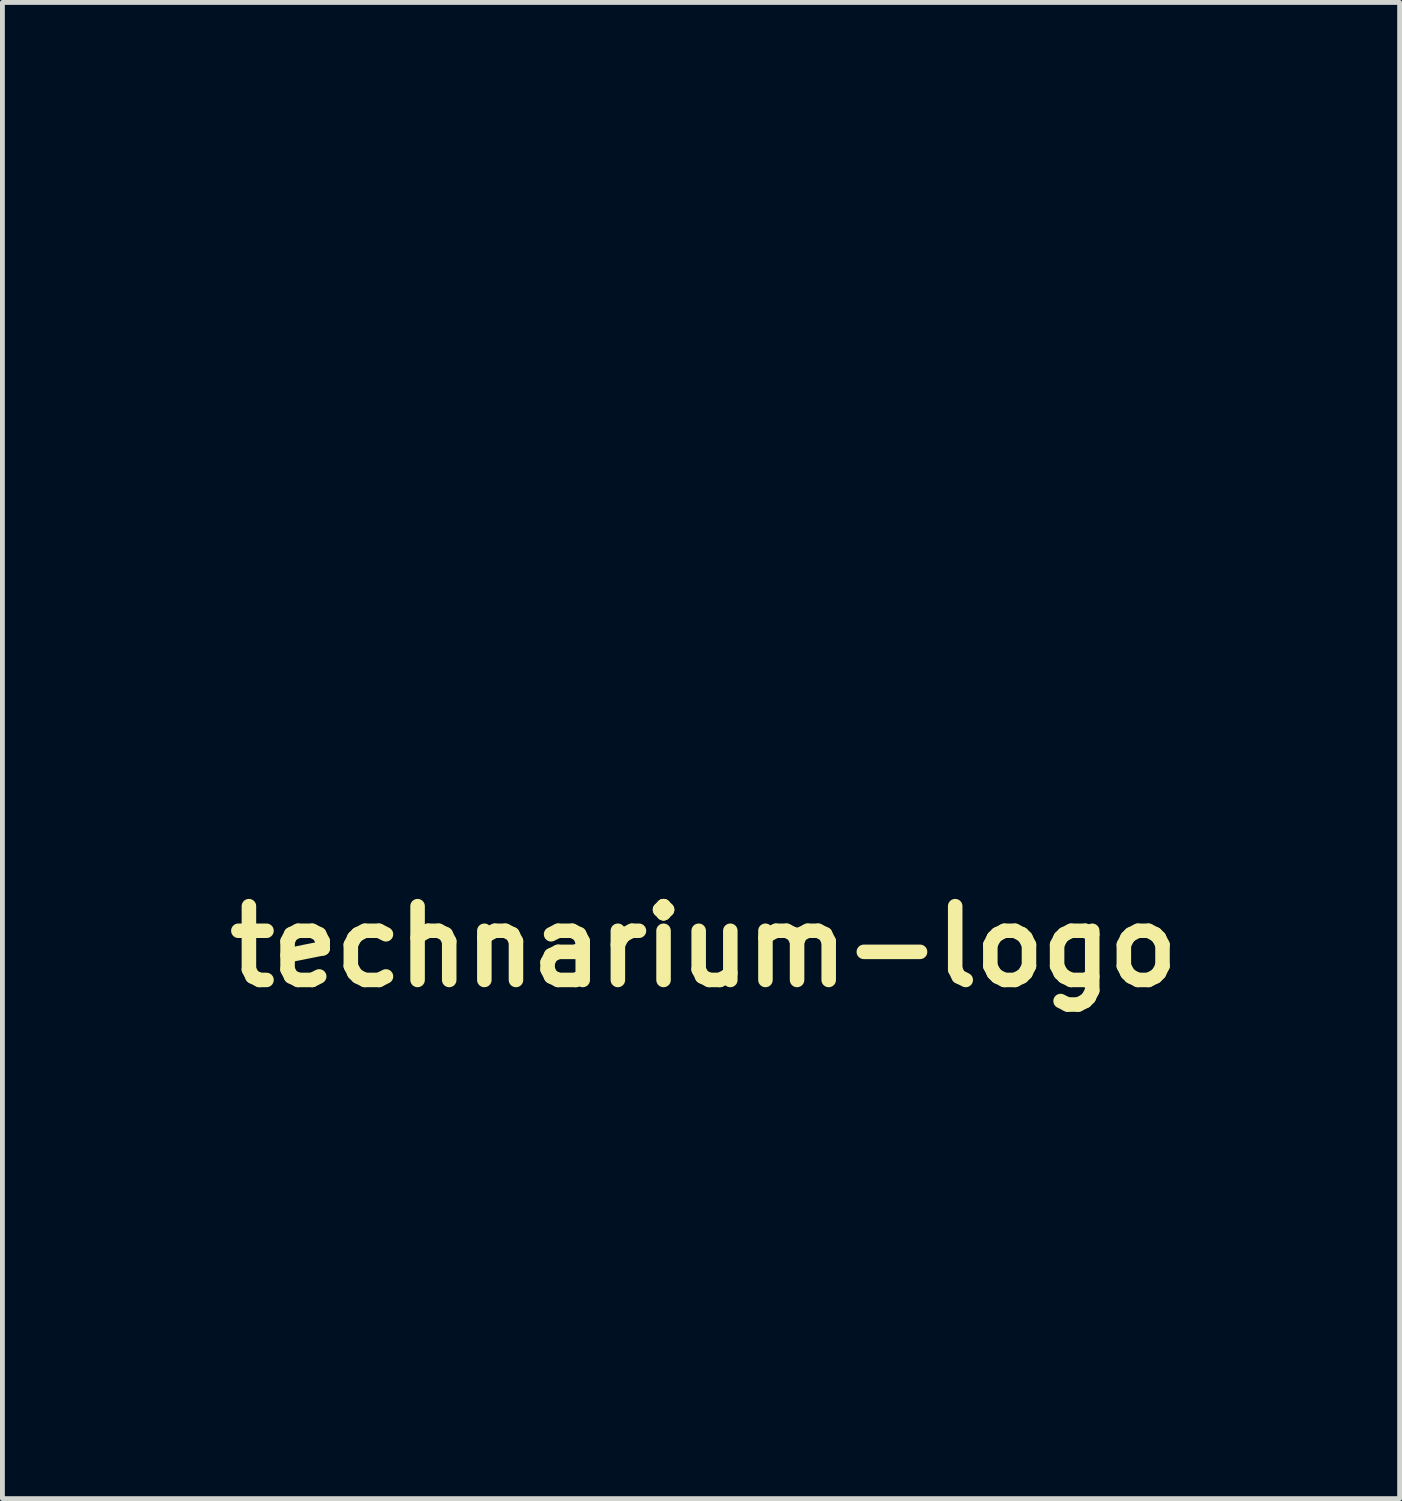
<source format=kicad_pcb>
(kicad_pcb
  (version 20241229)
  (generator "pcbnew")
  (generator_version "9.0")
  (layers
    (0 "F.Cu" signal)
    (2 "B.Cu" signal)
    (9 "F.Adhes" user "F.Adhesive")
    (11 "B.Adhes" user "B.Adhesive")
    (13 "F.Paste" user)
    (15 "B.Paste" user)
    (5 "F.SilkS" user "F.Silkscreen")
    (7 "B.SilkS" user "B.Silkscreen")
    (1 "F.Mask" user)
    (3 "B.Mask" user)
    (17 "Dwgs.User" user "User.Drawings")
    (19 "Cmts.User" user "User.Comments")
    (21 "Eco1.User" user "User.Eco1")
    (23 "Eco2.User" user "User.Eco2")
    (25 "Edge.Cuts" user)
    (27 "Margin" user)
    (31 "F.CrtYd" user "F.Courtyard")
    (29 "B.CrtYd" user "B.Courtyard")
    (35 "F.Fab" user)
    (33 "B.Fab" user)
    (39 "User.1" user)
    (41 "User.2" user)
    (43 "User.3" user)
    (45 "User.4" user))
  (footprint "technarium-logo"
    (layer "F.Cu")
    (at 11.489 16.5)
    (property "Reference" "technarium-logo" (at 0 0 0) (layer "F.SilkS") (effects (font (size 1.524 1.524) (thickness 0.3))))
    (attr through_hole)
    (fp_poly (pts (xy -10.554 -6.437) (xy -10.612 -6.379) (xy -10.67 -6.437) (xy -10.612 -6.495) (xy -10.554 -6.437)) (stroke (width 0.1) (type solid)) (fill yes) (layer "F.Mask"))
    (fp_poly (pts (xy -10.438 -6.205) (xy -10.496 -6.147) (xy -10.554 -6.205) (xy -10.496 -6.263) (xy -10.438 -6.205)) (stroke (width 0.1) (type solid)) (fill yes) (layer "F.Mask"))
    (fp_poly (pts (xy -10.09 -4.929) (xy -10.148 -4.871) (xy -10.206 -4.929) (xy -10.148 -4.987) (xy -10.09 -4.929)) (stroke (width 0.1) (type solid)) (fill yes) (layer "F.Mask"))
    (fp_poly (pts (xy -9.279 -2.494) (xy -9.337 -2.436) (xy -9.395 -2.494) (xy -9.337 -2.552) (xy -9.279 -2.494)) (stroke (width 0.1) (type solid)) (fill yes) (layer "F.Mask"))
    (fp_poly (pts (xy -9.047 -1.682) (xy -9.105 -1.624) (xy -9.163 -1.682) (xy -9.105 -1.74) (xy -9.047 -1.682)) (stroke (width 0.1) (type solid)) (fill yes) (layer "F.Mask"))
    (fp_poly (pts (xy -8.931 -1.334) (xy -8.989 -1.276) (xy -9.047 -1.334) (xy -8.989 -1.392) (xy -8.931 -1.334)) (stroke (width 0.1) (type solid)) (fill yes) (layer "F.Mask"))
    (fp_poly (pts (xy -8.699 -13.628) (xy -8.757 -13.57) (xy -8.815 -13.628) (xy -8.757 -13.686) (xy -8.699 -13.628)) (stroke (width 0.1) (type solid)) (fill yes) (layer "F.Mask"))
    (fp_poly (pts (xy -8.467 -14.788) (xy -8.525 -14.73) (xy -8.583 -14.788) (xy -8.525 -14.846) (xy -8.467 -14.788)) (stroke (width 0.1) (type solid)) (fill yes) (layer "F.Mask"))
    (fp_poly (pts (xy -8.351 -15.02) (xy -8.409 -14.962) (xy -8.467 -15.02) (xy -8.409 -15.078) (xy -8.351 -15.02)) (stroke (width 0.1) (type solid)) (fill yes) (layer "F.Mask"))
    (fp_poly (pts (xy -8.235 -15.368) (xy -8.293 -15.31) (xy -8.351 -15.368) (xy -8.293 -15.426) (xy -8.235 -15.368)) (stroke (width 0.1) (type solid)) (fill yes) (layer "F.Mask"))
    (fp_poly (pts (xy -8.119 -15.6) (xy -8.177 -15.542) (xy -8.235 -15.6) (xy -8.177 -15.658) (xy -8.119 -15.6)) (stroke (width 0.1) (type solid)) (fill yes) (layer "F.Mask"))
    (fp_poly (pts (xy -8.003 -5.277) (xy -8.061 -5.219) (xy -8.119 -5.277) (xy -8.061 -5.335) (xy -8.003 -5.277)) (stroke (width 0.1) (type solid)) (fill yes) (layer "F.Mask"))
    (fp_poly (pts (xy -7.887 -16.179) (xy -7.945 -16.121) (xy -8.003 -16.179) (xy -7.945 -16.237) (xy -7.887 -16.179)) (stroke (width 0.1) (type solid)) (fill yes) (layer "F.Mask"))
    (fp_poly (pts (xy -6.843 -10.38) (xy -6.901 -10.322) (xy -6.959 -10.38) (xy -6.901 -10.438) (xy -6.843 -10.38)) (stroke (width 0.1) (type solid)) (fill yes) (layer "F.Mask"))
    (fp_poly (pts (xy -6.727 3.189) (xy -6.785 3.247) (xy -6.843 3.189) (xy -6.785 3.132) (xy -6.727 3.189)) (stroke (width 0.1) (type solid)) (fill yes) (layer "F.Mask"))
    (fp_poly (pts (xy -5.219 -6.205) (xy -5.277 -6.147) (xy -5.335 -6.205) (xy -5.277 -6.263) (xy -5.219 -6.205)) (stroke (width 0.1) (type solid)) (fill yes) (layer "F.Mask"))
    (fp_poly (pts (xy -2.9 -15.02) (xy -2.958 -14.962) (xy -3.016 -15.02) (xy -2.958 -15.078) (xy -2.9 -15.02)) (stroke (width 0.1) (type solid)) (fill yes) (layer "F.Mask"))
    (fp_poly (pts (xy -2.552 -12.932) (xy -2.61 -12.874) (xy -2.668 -12.932) (xy -2.61 -12.99) (xy -2.552 -12.932)) (stroke (width 0.1) (type solid)) (fill yes) (layer "F.Mask"))
    (fp_poly (pts (xy -2.436 -12.584) (xy -2.494 -12.526) (xy -2.552 -12.584) (xy -2.494 -12.642) (xy -2.436 -12.584)) (stroke (width 0.1) (type solid)) (fill yes) (layer "F.Mask"))
    (fp_poly (pts (xy -2.204 -11.308) (xy -2.262 -11.25) (xy -2.32 -11.308) (xy -2.262 -11.366) (xy -2.204 -11.308)) (stroke (width 0.1) (type solid)) (fill yes) (layer "F.Mask"))
    (fp_poly (pts (xy -2.088 6.901) (xy -2.146 6.959) (xy -2.204 6.901) (xy -2.146 6.843) (xy -2.088 6.901)) (stroke (width 0.1) (type solid)) (fill yes) (layer "F.Mask"))
    (fp_poly (pts (xy -1.74 7.133) (xy -1.798 7.191) (xy -1.856 7.133) (xy -1.798 7.075) (xy -1.74 7.133)) (stroke (width 0.1) (type solid)) (fill yes) (layer "F.Mask"))
    (fp_poly (pts (xy -1.624 -2.61) (xy -1.682 -2.552) (xy -1.74 -2.61) (xy -1.682 -2.668) (xy -1.624 -2.61)) (stroke (width 0.1) (type solid)) (fill yes) (layer "F.Mask"))
    (fp_poly (pts (xy 1.392 -7.481) (xy 1.334 -7.423) (xy 1.276 -7.481) (xy 1.334 -7.539) (xy 1.392 -7.481)) (stroke (width 0.1) (type solid)) (fill yes) (layer "F.Mask"))
    (fp_poly (pts (xy 1.392 7.597) (xy 1.334 7.655) (xy 1.276 7.597) (xy 1.334 7.539) (xy 1.392 7.597)) (stroke (width 0.1) (type solid)) (fill yes) (layer "F.Mask"))
    (fp_poly (pts (xy 2.32 -11.656) (xy 2.262 -11.598) (xy 2.204 -11.656) (xy 2.262 -11.714) (xy 2.32 -11.656)) (stroke (width 0.1) (type solid)) (fill yes) (layer "F.Mask"))
    (fp_poly (pts (xy 2.436 -15.368) (xy 2.378 -15.31) (xy 2.32 -15.368) (xy 2.378 -15.426) (xy 2.436 -15.368)) (stroke (width 0.1) (type solid)) (fill yes) (layer "F.Mask"))
    (fp_poly (pts (xy 2.436 -12.004) (xy 2.378 -11.946) (xy 2.32 -12.004) (xy 2.378 -12.062) (xy 2.436 -12.004)) (stroke (width 0.1) (type solid)) (fill yes) (layer "F.Mask"))
    (fp_poly (pts (xy 2.668 -13.164) (xy 2.61 -13.106) (xy 2.552 -13.164) (xy 2.61 -13.222) (xy 2.668 -13.164)) (stroke (width 0.1) (type solid)) (fill yes) (layer "F.Mask"))
    (fp_poly (pts (xy 3.595 5.509) (xy 3.537 5.567) (xy 3.479 5.509) (xy 3.537 5.451) (xy 3.595 5.509)) (stroke (width 0.1) (type solid)) (fill yes) (layer "F.Mask"))
    (fp_poly (pts (xy 5.219 4.349) (xy 5.161 4.407) (xy 5.103 4.349) (xy 5.161 4.291) (xy 5.219 4.349)) (stroke (width 0.1) (type solid)) (fill yes) (layer "F.Mask"))
    (fp_poly (pts (xy 5.335 -6.321) (xy 5.277 -6.263) (xy 5.219 -6.321) (xy 5.277 -6.379) (xy 5.335 -6.321)) (stroke (width 0.1) (type solid)) (fill yes) (layer "F.Mask"))
    (fp_poly (pts (xy 5.915 3.769) (xy 5.857 3.827) (xy 5.799 3.769) (xy 5.857 3.711) (xy 5.915 3.769)) (stroke (width 0.1) (type solid)) (fill yes) (layer "F.Mask"))
    (fp_poly (pts (xy 6.495 -15.02) (xy 6.437 -14.962) (xy 6.379 -15.02) (xy 6.437 -15.078) (xy 6.495 -15.02)) (stroke (width 0.1) (type solid)) (fill yes) (layer "F.Mask"))
    (fp_poly (pts (xy 6.727 3.189) (xy 6.669 3.247) (xy 6.611 3.189) (xy 6.669 3.132) (xy 6.727 3.189)) (stroke (width 0.1) (type solid)) (fill yes) (layer "F.Mask"))
    (fp_poly (pts (xy 6.959 3.074) (xy 6.901 3.132) (xy 6.843 3.074) (xy 6.901 3.016) (xy 6.959 3.074)) (stroke (width 0.1) (type solid)) (fill yes) (layer "F.Mask"))
    (fp_poly (pts (xy 7.423 2.726) (xy 7.365 2.784) (xy 7.307 2.726) (xy 7.365 2.668) (xy 7.423 2.726)) (stroke (width 0.1) (type solid)) (fill yes) (layer "F.Mask"))
    (fp_poly (pts (xy 8.003 -5.393) (xy 7.945 -5.335) (xy 7.887 -5.393) (xy 7.945 -5.451) (xy 8.003 -5.393)) (stroke (width 0.1) (type solid)) (fill yes) (layer "F.Mask"))
    (fp_poly (pts (xy 8.003 2.146) (xy 7.945 2.204) (xy 7.887 2.146) (xy 7.945 2.088) (xy 8.003 2.146)) (stroke (width 0.1) (type solid)) (fill yes) (layer "F.Mask"))
    (fp_poly (pts (xy 8.351 -15.136) (xy 8.293 -15.078) (xy 8.235 -15.136) (xy 8.293 -15.194) (xy 8.351 -15.136)) (stroke (width 0.1) (type solid)) (fill yes) (layer "F.Mask"))
    (fp_poly (pts (xy 8.351 0.29) (xy 8.293 0.348) (xy 8.235 0.29) (xy 8.293 0.232) (xy 8.351 0.29)) (stroke (width 0.1) (type solid)) (fill yes) (layer "F.Mask"))
    (fp_poly (pts (xy 8.467 -14.788) (xy 8.409 -14.73) (xy 8.351 -14.788) (xy 8.409 -14.846) (xy 8.467 -14.788)) (stroke (width 0.1) (type solid)) (fill yes) (layer "F.Mask"))
    (fp_poly (pts (xy 8.467 0.058) (xy 8.409 0.116) (xy 8.351 0.058) (xy 8.409 0) (xy 8.467 0.058)) (stroke (width 0.1) (type solid)) (fill yes) (layer "F.Mask"))
    (fp_poly (pts (xy 8.467 1.334) (xy 8.409 1.392) (xy 8.351 1.334) (xy 8.409 1.276) (xy 8.467 1.334)) (stroke (width 0.1) (type solid)) (fill yes) (layer "F.Mask"))
    (fp_poly (pts (xy 8.583 1.102) (xy 8.525 1.16) (xy 8.467 1.102) (xy 8.525 1.044) (xy 8.583 1.102)) (stroke (width 0.1) (type solid)) (fill yes) (layer "F.Mask"))
    (fp_poly (pts (xy 8.815 -13.048) (xy 8.757 -12.99) (xy 8.699 -13.048) (xy 8.757 -13.106) (xy 8.815 -13.048)) (stroke (width 0.1) (type solid)) (fill yes) (layer "F.Mask"))
    (fp_poly (pts (xy 8.815 -11.772) (xy 8.757 -11.714) (xy 8.699 -11.772) (xy 8.757 -11.83) (xy 8.815 -11.772)) (stroke (width 0.1) (type solid)) (fill yes) (layer "F.Mask"))
    (fp_poly (pts (xy 8.931 -6.669) (xy 8.873 -6.611) (xy 8.815 -6.669) (xy 8.873 -6.727) (xy 8.931 -6.669)) (stroke (width 0.1) (type solid)) (fill yes) (layer "F.Mask"))
    (fp_poly (pts (xy 8.931 -1.334) (xy 8.873 -1.276) (xy 8.815 -1.334) (xy 8.873 -1.392) (xy 8.931 -1.334)) (stroke (width 0.1) (type solid)) (fill yes) (layer "F.Mask"))
    (fp_poly (pts (xy 9.395 -2.726) (xy 9.337 -2.668) (xy 9.279 -2.726) (xy 9.337 -2.784) (xy 9.395 -2.726)) (stroke (width 0.1) (type solid)) (fill yes) (layer "F.Mask"))
    (fp_poly (pts (xy 9.742 -6.669) (xy 9.684 -6.611) (xy 9.626 -6.669) (xy 9.684 -6.727) (xy 9.742 -6.669)) (stroke (width 0.1) (type solid)) (fill yes) (layer "F.Mask"))
    (fp_poly (pts (xy 9.742 -3.653) (xy 9.684 -3.595) (xy 9.626 -3.653) (xy 9.684 -3.711) (xy 9.742 -3.653)) (stroke (width 0.1) (type solid)) (fill yes) (layer "F.Mask"))
    (fp_poly (pts (xy 9.974 -4.581) (xy 9.916 -4.523) (xy 9.858 -4.581) (xy 9.916 -4.639) (xy 9.974 -4.581)) (stroke (width 0.1) (type solid)) (fill yes) (layer "F.Mask"))
    (fp_poly (pts (xy 10.09 -4.929) (xy 10.032 -4.871) (xy 9.974 -4.929) (xy 10.032 -4.987) (xy 10.09 -4.929)) (stroke (width 0.1) (type solid)) (fill yes) (layer "F.Mask"))
    (fp_poly (pts (xy 10.438 -11.656) (xy 10.38 -11.598) (xy 10.322 -11.656) (xy 10.38 -11.714) (xy 10.438 -11.656)) (stroke (width 0.1) (type solid)) (fill yes) (layer "F.Mask"))
    (fp_poly (pts (xy 10.554 -6.437) (xy 10.496 -6.379) (xy 10.438 -6.437) (xy 10.496 -6.495) (xy 10.554 -6.437)) (stroke (width 0.1) (type solid)) (fill yes) (layer "F.Mask"))
    (fp_poly (pts (xy 10.67 -6.669) (xy 10.612 -6.611) (xy 10.554 -6.669) (xy 10.612 -6.727) (xy 10.67 -6.669)) (stroke (width 0.1) (type solid)) (fill yes) (layer "F.Mask"))
    (fp_poly (pts (xy 11.25 -10.264) (xy 11.192 -10.206) (xy 11.134 -10.264) (xy 11.192 -10.322) (xy 11.25 -10.264)) (stroke (width 0.1) (type solid)) (fill yes) (layer "F.Mask"))
    (fp_poly (pts (xy -7.1 -4.231) (xy -7.114 -4.214) (xy -7.182 -4.23) (xy -7.191 -4.291) (xy -7.148 -4.387) (xy -7.114 -4.369) (xy -7.1 -4.231)) (stroke (width 0.1) (type solid)) (fill yes) (layer "F.Mask"))
    (fp_poly (pts (xy 1.817 7.114) (xy 1.801 7.182) (xy 1.74 7.191) (xy 1.644 7.148) (xy 1.662 7.114) (xy 1.8 7.1) (xy 1.817 7.114)) (stroke (width 0.1) (type solid)) (fill yes) (layer "F.Mask"))
    (fp_poly (pts (xy 2.179 -11.074) (xy 2.165 -11.057) (xy 2.096 -11.073) (xy 2.088 -11.134) (xy 2.13 -11.23) (xy 2.165 -11.212) (xy 2.179 -11.074)) (stroke (width 0.1) (type solid)) (fill yes) (layer "F.Mask"))
    (fp_poly (pts (xy 2.977 -15.039) (xy 2.961 -14.97) (xy 2.9 -14.962) (xy 2.804 -15.004) (xy 2.822 -15.039) (xy 2.96 -15.053) (xy 2.977 -15.039)) (stroke (width 0.1) (type solid)) (fill yes) (layer "F.Mask"))
    (fp_poly (pts (xy 4.962 -5.971) (xy 4.949 -5.954) (xy 4.88 -5.97) (xy 4.871 -6.031) (xy 4.914 -6.127) (xy 4.949 -6.108) (xy 4.962 -5.971)) (stroke (width 0.1) (type solid)) (fill yes) (layer "F.Mask"))
    (fp_poly (pts (xy 9.138 -6.783) (xy 9.124 -6.766) (xy 9.055 -6.782) (xy 9.047 -6.843) (xy 9.089 -6.938) (xy 9.124 -6.92) (xy 9.138 -6.783)) (stroke (width 0.1) (type solid)) (fill yes) (layer "F.Mask"))
    (fp_poly (pts (xy -10.481 -8.85) (xy -10.525 -8.838) (xy -10.673 -8.991) (xy -10.771 -9.157) (xy -10.769 -9.218) (xy -10.679 -9.174) (xy -10.578 -9.041) (xy -10.481 -8.85)) (stroke (width 0.1) (type solid)) (fill yes) (layer "F.Mask"))
    (fp_poly (pts (xy -10.216 -11.55) (xy -10.241 -11.483) (xy -10.258 -11.482) (xy -10.356 -11.565) (xy -10.391 -11.616) (xy -10.405 -11.695) (xy -10.34 -11.667) (xy -10.216 -11.55)) (stroke (width 0.1) (type solid)) (fill yes) (layer "F.Mask"))
    (fp_poly (pts (xy -9.868 -4.476) (xy -9.893 -4.408) (xy -9.91 -4.407) (xy -10.008 -4.49) (xy -10.043 -4.541) (xy -10.057 -4.621) (xy -9.992 -4.592) (xy -9.868 -4.476)) (stroke (width 0.1) (type solid)) (fill yes) (layer "F.Mask"))
    (fp_poly (pts (xy -9.759 -11.317) (xy -9.787 -11.256) (xy -9.852 -11.25) (xy -10.009 -11.334) (xy -10.032 -11.365) (xy -10.013 -11.431) (xy -9.922 -11.41) (xy -9.759 -11.317)) (stroke (width 0.1) (type solid)) (fill yes) (layer "F.Mask"))
    (fp_poly (pts (xy -9.404 -2.968) (xy -9.429 -2.901) (xy -9.446 -2.9) (xy -9.544 -2.982) (xy -9.58 -3.033) (xy -9.593 -3.113) (xy -9.528 -3.085) (xy -9.404 -2.968)) (stroke (width 0.1) (type solid)) (fill yes) (layer "F.Mask"))
    (fp_poly (pts (xy -8.364 -10.349) (xy -8.432 -10.359) (xy -8.634 -10.5) (xy -8.76 -10.626) (xy -8.735 -10.67) (xy -8.564 -10.59) (xy -8.467 -10.496) (xy -8.364 -10.349)) (stroke (width 0.1) (type solid)) (fill yes) (layer "F.Mask"))
    (fp_poly (pts (xy -8.36 -5.867) (xy -8.386 -5.8) (xy -8.402 -5.799) (xy -8.5 -5.881) (xy -8.536 -5.933) (xy -8.549 -6.012) (xy -8.485 -5.984) (xy -8.36 -5.867)) (stroke (width 0.1) (type solid)) (fill yes) (layer "F.Mask"))
    (fp_poly (pts (xy -8.36 0.164) (xy -8.386 0.231) (xy -8.402 0.232) (xy -8.5 0.15) (xy -8.536 0.098) (xy -8.549 0.019) (xy -8.485 0.047) (xy -8.36 0.164)) (stroke (width 0.1) (type solid)) (fill yes) (layer "F.Mask"))
    (fp_poly (pts (xy -8.36 1.439) (xy -8.386 1.507) (xy -8.402 1.508) (xy -8.5 1.425) (xy -8.536 1.374) (xy -8.549 1.294) (xy -8.485 1.323) (xy -8.36 1.439)) (stroke (width 0.1) (type solid)) (fill yes) (layer "F.Mask"))
    (fp_poly (pts (xy -2.204 4.574) (xy -2.242 4.742) (xy -2.342 4.692) (xy -2.373 4.647) (xy -2.358 4.498) (xy -2.322 4.466) (xy -2.221 4.492) (xy -2.204 4.574)) (stroke (width 0.1) (type solid)) (fill yes) (layer "F.Mask"))
    (fp_poly (pts (xy 1.266 -16.074) (xy 1.241 -16.007) (xy 1.225 -16.005) (xy 1.127 -16.088) (xy 1.091 -16.139) (xy 1.077 -16.219) (xy 1.142 -16.191) (xy 1.266 -16.074)) (stroke (width 0.1) (type solid)) (fill yes) (layer "F.Mask"))
    (fp_poly (pts (xy 2.194 -15.494) (xy 2.169 -15.427) (xy 2.153 -15.426) (xy 2.054 -15.508) (xy 2.019 -15.559) (xy 2.005 -15.639) (xy 2.07 -15.611) (xy 2.194 -15.494)) (stroke (width 0.1) (type solid)) (fill yes) (layer "F.Mask"))
    (fp_poly (pts (xy 2.32 4.574) (xy 2.281 4.742) (xy 2.181 4.692) (xy 2.151 4.647) (xy 2.165 4.498) (xy 2.202 4.466) (xy 2.303 4.492) (xy 2.32 4.574)) (stroke (width 0.1) (type solid)) (fill yes) (layer "F.Mask"))
    (fp_poly (pts (xy 2.778 3.074) (xy 2.661 3.129) (xy 2.603 3.132) (xy 2.483 3.074) (xy 2.495 3.014) (xy 2.634 2.947) (xy 2.676 2.962) (xy 2.778 3.074)) (stroke (width 0.1) (type solid)) (fill yes) (layer "F.Mask"))
    (fp_poly (pts (xy 3.353 1.88) (xy 3.339 1.988) (xy 3.275 2.075) (xy 3.199 1.987) (xy 3.157 1.817) (xy 3.178 1.771) (xy 3.293 1.752) (xy 3.353 1.88)) (stroke (width 0.1) (type solid)) (fill yes) (layer "F.Mask"))
    (fp_poly (pts (xy 3.363 -14.665) (xy 3.308 -14.617) (xy 3.194 -14.724) (xy 3.178 -14.748) (xy 3.165 -14.827) (xy 3.23 -14.799) (xy 3.353 -14.691) (xy 3.363 -14.665)) (stroke (width 0.1) (type solid)) (fill yes) (layer "F.Mask"))
    (fp_poly (pts (xy 8.65 -10.607) (xy 8.64 -10.553) (xy 8.516 -10.457) (xy 8.383 -10.441) (xy 8.351 -10.484) (xy 8.442 -10.558) (xy 8.531 -10.599) (xy 8.65 -10.607)) (stroke (width 0.1) (type solid)) (fill yes) (layer "F.Mask"))
    (fp_poly (pts (xy 9.575 -3.286) (xy 9.555 -3.196) (xy 9.461 -3.032) (xy 9.401 -3.06) (xy 9.395 -3.125) (xy 9.479 -3.282) (xy 9.509 -3.305) (xy 9.575 -3.286)) (stroke (width 0.1) (type solid)) (fill yes) (layer "F.Mask"))
    (fp_poly (pts (xy 10.735 -9.201) (xy 10.715 -9.111) (xy 10.621 -8.947) (xy 10.56 -8.975) (xy 10.554 -9.04) (xy 10.639 -9.197) (xy 10.669 -9.22) (xy 10.735 -9.201)) (stroke (width 0.1) (type solid)) (fill yes) (layer "F.Mask"))
    (fp_poly (pts (xy -4.523 0.116) (xy -4.612 0.228) (xy -4.646 0.232) (xy -4.715 0.161) (xy -4.697 0.116) (xy -4.593 0.005) (xy -4.574 0) (xy -4.525 0.09) (xy -4.523 0.116)) (stroke (width 0.1) (type solid)) (fill yes) (layer "F.Mask"))
    (fp_poly (pts (xy -4.291 4.943) (xy -4.341 4.981) (xy -4.508 4.872) (xy -4.655 4.748) (xy -4.929 4.51) (xy -4.61 4.704) (xy -4.391 4.85) (xy -4.292 4.94) (xy -4.291 4.943)) (stroke (width 0.1) (type solid)) (fill yes) (layer "F.Mask"))
    (fp_poly (pts (xy -3.247 1.856) (xy -3.337 1.967) (xy -3.37 1.972) (xy -3.44 1.901) (xy -3.421 1.856) (xy -3.317 1.745) (xy -3.299 1.74) (xy -3.249 1.829) (xy -3.247 1.856)) (stroke (width 0.1) (type solid)) (fill yes) (layer "F.Mask"))
    (fp_poly (pts (xy -3.132 2.436) (xy -3.22 2.548) (xy -3.247 2.552) (xy -3.36 2.463) (xy -3.363 2.436) (xy -3.275 2.323) (xy -3.247 2.32) (xy -3.135 2.408) (xy -3.132 2.436)) (stroke (width 0.1) (type solid)) (fill yes) (layer "F.Mask"))
    (fp_poly (pts (xy -3.016 2.9) (xy -3.104 3.012) (xy -3.132 3.016) (xy -3.244 2.927) (xy -3.247 2.9) (xy -3.159 2.787) (xy -3.132 2.784) (xy -3.019 2.872) (xy -3.016 2.9)) (stroke (width 0.1) (type solid)) (fill yes) (layer "F.Mask"))
    (fp_poly (pts (xy -2.848 3.354) (xy -2.859 3.505) (xy -2.89 3.531) (xy -3.041 3.52) (xy -3.067 3.489) (xy -3.056 3.338) (xy -3.025 3.312) (xy -2.874 3.323) (xy -2.848 3.354)) (stroke (width 0.1) (type solid)) (fill yes) (layer "F.Mask"))
    (fp_poly (pts (xy -2.784 2.095) (xy -2.872 2.201) (xy -2.9 2.204) (xy -3.001 2.109) (xy -3.016 2.023) (xy -2.959 1.903) (xy -2.9 1.914) (xy -2.788 2.062) (xy -2.784 2.095)) (stroke (width 0.1) (type solid)) (fill yes) (layer "F.Mask"))
    (fp_poly (pts (xy -2.668 2.552) (xy -2.756 2.664) (xy -2.784 2.668) (xy -2.896 2.579) (xy -2.9 2.552) (xy -2.811 2.439) (xy -2.784 2.436) (xy -2.671 2.524) (xy -2.668 2.552)) (stroke (width 0.1) (type solid)) (fill yes) (layer "F.Mask"))
    (fp_poly (pts (xy -2.668 3.943) (xy -2.751 4.056) (xy -2.777 4.059) (xy -2.934 3.975) (xy -2.958 3.943) (xy -2.931 3.844) (xy -2.848 3.827) (xy -2.69 3.888) (xy -2.668 3.943)) (stroke (width 0.1) (type solid)) (fill yes) (layer "F.Mask"))
    (fp_poly (pts (xy -2.552 3.016) (xy -2.64 3.128) (xy -2.668 3.132) (xy -2.78 3.043) (xy -2.784 3.016) (xy -2.695 2.903) (xy -2.668 2.9) (xy -2.555 2.988) (xy -2.552 3.016)) (stroke (width 0.1) (type solid)) (fill yes) (layer "F.Mask"))
    (fp_poly (pts (xy -2.552 4.4) (xy -2.636 4.558) (xy -2.668 4.581) (xy -2.767 4.555) (xy -2.784 4.472) (xy -2.723 4.313) (xy -2.668 4.291) (xy -2.555 4.375) (xy -2.552 4.4)) (stroke (width 0.1) (type solid)) (fill yes) (layer "F.Mask"))
    (fp_poly (pts (xy -2.436 3.595) (xy -2.524 3.708) (xy -2.552 3.711) (xy -2.664 3.623) (xy -2.668 3.595) (xy -2.579 3.483) (xy -2.552 3.479) (xy -2.439 3.568) (xy -2.436 3.595)) (stroke (width 0.1) (type solid)) (fill yes) (layer "F.Mask"))
    (fp_poly (pts (xy -2.436 4.994) (xy -2.524 5.1) (xy -2.552 5.103) (xy -2.653 5.009) (xy -2.668 4.922) (xy -2.611 4.802) (xy -2.552 4.813) (xy -2.44 4.962) (xy -2.436 4.994)) (stroke (width 0.1) (type solid)) (fill yes) (layer "F.Mask"))
    (fp_poly (pts (xy -2.32 4.059) (xy -2.408 4.172) (xy -2.436 4.175) (xy -2.548 4.087) (xy -2.552 4.059) (xy -2.463 3.947) (xy -2.436 3.943) (xy -2.323 4.032) (xy -2.32 4.059)) (stroke (width 0.1) (type solid)) (fill yes) (layer "F.Mask"))
    (fp_poly (pts (xy -2.32 5.451) (xy -2.408 5.564) (xy -2.436 5.567) (xy -2.548 5.479) (xy -2.552 5.451) (xy -2.463 5.339) (xy -2.436 5.335) (xy -2.323 5.423) (xy -2.32 5.451)) (stroke (width 0.1) (type solid)) (fill yes) (layer "F.Mask"))
    (fp_poly (pts (xy -2.124 -15.583) (xy -2.146 -15.542) (xy -2.255 -15.431) (xy -2.275 -15.426) (xy -2.283 -15.5) (xy -2.262 -15.542) (xy -2.152 -15.652) (xy -2.132 -15.658) (xy -2.124 -15.583)) (stroke (width 0.1) (type solid)) (fill yes) (layer "F.Mask"))
    (fp_poly (pts (xy -2.088 5.103) (xy -2.176 5.216) (xy -2.204 5.219) (xy -2.316 5.131) (xy -2.32 5.103) (xy -2.231 4.991) (xy -2.204 4.987) (xy -2.091 5.075) (xy -2.088 5.103)) (stroke (width 0.1) (type solid)) (fill yes) (layer "F.Mask"))
    (fp_poly (pts (xy 2.204 5.103) (xy 2.115 5.216) (xy 2.088 5.219) (xy 1.975 5.131) (xy 1.972 5.103) (xy 2.06 4.991) (xy 2.088 4.987) (xy 2.2 5.075) (xy 2.204 5.103)) (stroke (width 0.1) (type solid)) (fill yes) (layer "F.Mask"))
    (fp_poly (pts (xy 2.436 4.059) (xy 2.347 4.172) (xy 2.32 4.175) (xy 2.207 4.087) (xy 2.204 4.059) (xy 2.292 3.947) (xy 2.32 3.943) (xy 2.432 4.032) (xy 2.436 4.059)) (stroke (width 0.1) (type solid)) (fill yes) (layer "F.Mask"))
    (fp_poly (pts (xy 2.552 3.595) (xy 2.463 3.708) (xy 2.436 3.711) (xy 2.323 3.623) (xy 2.32 3.595) (xy 2.408 3.483) (xy 2.436 3.479) (xy 2.548 3.568) (xy 2.552 3.595)) (stroke (width 0.1) (type solid)) (fill yes) (layer "F.Mask"))
    (fp_poly (pts (xy 2.552 5.451) (xy 2.468 5.564) (xy 2.442 5.567) (xy 2.285 5.483) (xy 2.262 5.451) (xy 2.288 5.352) (xy 2.371 5.335) (xy 2.529 5.396) (xy 2.552 5.451)) (stroke (width 0.1) (type solid)) (fill yes) (layer "F.Mask"))
    (fp_poly (pts (xy 2.603 4.861) (xy 2.592 5.013) (xy 2.562 5.039) (xy 2.41 5.028) (xy 2.384 4.997) (xy 2.395 4.845) (xy 2.426 4.819) (xy 2.577 4.831) (xy 2.603 4.861)) (stroke (width 0.1) (type solid)) (fill yes) (layer "F.Mask"))
    (fp_poly (pts (xy 2.784 4.407) (xy 2.689 4.509) (xy 2.603 4.523) (xy 2.483 4.467) (xy 2.494 4.407) (xy 2.642 4.296) (xy 2.674 4.291) (xy 2.78 4.38) (xy 2.784 4.407)) (stroke (width 0.1) (type solid)) (fill yes) (layer "F.Mask"))
    (fp_poly (pts (xy 2.9 2.616) (xy 2.81 2.666) (xy 2.784 2.668) (xy 2.672 2.578) (xy 2.668 2.545) (xy 2.739 2.475) (xy 2.784 2.494) (xy 2.894 2.598) (xy 2.9 2.616)) (stroke (width 0.1) (type solid)) (fill yes) (layer "F.Mask"))
    (fp_poly (pts (xy 2.9 3.943) (xy 2.811 4.056) (xy 2.784 4.059) (xy 2.671 3.971) (xy 2.668 3.943) (xy 2.756 3.831) (xy 2.784 3.827) (xy 2.896 3.916) (xy 2.9 3.943)) (stroke (width 0.1) (type solid)) (fill yes) (layer "F.Mask"))
    (fp_poly (pts (xy 2.951 1.962) (xy 2.94 2.113) (xy 2.909 2.14) (xy 2.758 2.128) (xy 2.732 2.098) (xy 2.743 1.946) (xy 2.774 1.92) (xy 2.925 1.931) (xy 2.951 1.962)) (stroke (width 0.1) (type solid)) (fill yes) (layer "F.Mask"))
    (fp_poly (pts (xy 3.016 3.421) (xy 2.953 3.576) (xy 2.9 3.595) (xy 2.797 3.501) (xy 2.784 3.421) (xy 2.846 3.267) (xy 2.9 3.247) (xy 3.002 3.341) (xy 3.016 3.421)) (stroke (width 0.1) (type solid)) (fill yes) (layer "F.Mask"))
    (fp_poly (pts (xy 3.132 2.9) (xy 3.043 3.012) (xy 3.016 3.016) (xy 2.903 2.927) (xy 2.9 2.9) (xy 2.988 2.787) (xy 3.016 2.784) (xy 3.128 2.872) (xy 3.132 2.9)) (stroke (width 0.1) (type solid)) (fill yes) (layer "F.Mask"))
    (fp_poly (pts (xy 3.247 2.436) (xy 3.159 2.548) (xy 3.132 2.552) (xy 3.019 2.463) (xy 3.016 2.436) (xy 3.104 2.323) (xy 3.132 2.32) (xy 3.244 2.408) (xy 3.247 2.436)) (stroke (width 0.1) (type solid)) (fill yes) (layer "F.Mask"))
    (fp_poly (pts (xy 6.031 -14.382) (xy 5.942 -14.27) (xy 5.908 -14.266) (xy 5.839 -14.337) (xy 5.857 -14.382) (xy 5.961 -14.492) (xy 5.98 -14.498) (xy 6.03 -14.408) (xy 6.031 -14.382)) (stroke (width 0.1) (type solid)) (fill yes) (layer "F.Mask"))
    (fp_poly (pts (xy 6.959 -10.452) (xy 6.874 -10.288) (xy 6.843 -10.264) (xy 6.736 -10.27) (xy 6.727 -10.309) (xy 6.812 -10.473) (xy 6.843 -10.496) (xy 6.95 -10.491) (xy 6.959 -10.452)) (stroke (width 0.1) (type solid)) (fill yes) (layer "F.Mask"))
    (fp_poly (pts (xy 7.191 -4.291) (xy 7.102 -4.18) (xy 7.068 -4.175) (xy 6.999 -4.246) (xy 7.017 -4.291) (xy 7.121 -4.402) (xy 7.14 -4.407) (xy 7.19 -4.318) (xy 7.191 -4.291)) (stroke (width 0.1) (type solid)) (fill yes) (layer "F.Mask"))
    (fp_poly (pts (xy 7.386 -16.163) (xy 7.365 -16.121) (xy 7.256 -16.011) (xy 7.235 -16.005) (xy 7.227 -16.08) (xy 7.249 -16.121) (xy 7.358 -16.232) (xy 7.379 -16.237) (xy 7.386 -16.163)) (stroke (width 0.1) (type solid)) (fill yes) (layer "F.Mask"))
    (fp_poly (pts (xy 8.575 -6.146) (xy 8.546 -6.086) (xy 8.481 -6.002) (xy 8.312 -5.822) (xy 8.237 -5.823) (xy 8.235 -5.843) (xy 8.314 -5.94) (xy 8.438 -6.046) (xy 8.575 -6.146)) (stroke (width 0.1) (type solid)) (fill yes) (layer "F.Mask"))
    (fp_poly (pts (xy 8.778 -6.42) (xy 8.757 -6.379) (xy 8.647 -6.268) (xy 8.627 -6.263) (xy 8.619 -6.338) (xy 8.641 -6.379) (xy 8.75 -6.49) (xy 8.77 -6.495) (xy 8.778 -6.42)) (stroke (width 0.1) (type solid)) (fill yes) (layer "F.Mask"))
    (fp_poly (pts (xy -1.74 -1.93) (xy -1.826 -1.747) (xy -2.017 -1.698) (xy -2.213 -1.809) (xy -2.213 -1.81) (xy -2.293 -2) (xy -2.23 -2.108) (xy -2.03 -2.181) (xy -1.829 -2.107) (xy -1.74 -1.93)) (stroke (width 0.1) (type solid)) (fill yes) (layer "F.Mask"))
    (fp_poly (pts (xy -0.98 8.058) (xy -0.986 8.107) (xy -1.132 7.979) (xy -1.218 7.886) (xy -1.357 7.701) (xy -1.381 7.607) (xy -1.288 7.656) (xy -1.129 7.836) (xy -1.125 7.84) (xy -0.98 8.058)) (stroke (width 0.1) (type solid)) (fill yes) (layer "F.Mask"))
    (fp_poly (pts (xy -3.712 0.52) (xy -3.77 0.706) (xy -3.814 0.746) (xy -3.943 0.726) (xy -3.943 0.522) (xy -4.001 0.464) (xy -4.059 0.522) (xy -4.001 0.58) (xy -3.943 0.522) (xy -3.943 0.726) (xy -3.963 0.723) (xy -4.056 0.642) (xy -4.134 0.423) (xy -4.024 0.264) (xy -3.879 0.232) (xy -3.753 0.323) (xy -3.712 0.52)) (stroke (width 0.1) (type solid)) (fill yes) (layer "F.Mask"))
    (fp_poly (pts (xy -0.363 -15.662) (xy -0.398 -15.447) (xy -0.507 -15.322) (xy -0.676 -15.259) (xy -0.696 -15.275) (xy -0.696 -15.6) (xy -0.754 -15.658) (xy -0.812 -15.6) (xy -0.754 -15.542) (xy -0.696 -15.6) (xy -0.696 -15.275) (xy -0.811 -15.366) (xy -0.875 -15.577) (xy -0.781 -15.761) (xy -0.589 -15.83) (xy -0.513 -15.812) (xy -0.363 -15.662)) (stroke (width 0.1) (type solid)) (fill yes) (layer "F.Mask"))
    (fp_poly (pts (xy 4.099 0.489) (xy 4.027 0.619) (xy 3.84 0.741) (xy 3.827 0.737) (xy 3.827 0.406) (xy 3.769 0.348) (xy 3.711 0.406) (xy 3.769 0.464) (xy 3.827 0.406) (xy 3.827 0.737) (xy 3.724 0.705) (xy 3.623 0.537) (xy 3.675 0.343) (xy 3.843 0.234) (xy 3.875 0.232) (xy 4.081 0.304) (xy 4.099 0.489)) (stroke (width 0.1) (type solid)) (fill yes) (layer "F.Mask"))
    (fp_poly (pts (xy 0.808 -15.664) (xy 0.791 -15.456) (xy 0.696 -15.361) (xy 0.696 -15.6) (xy 0.638 -15.658) (xy 0.58 -15.6) (xy 0.638 -15.542) (xy 0.696 -15.6) (xy 0.696 -15.361) (xy 0.655 -15.321) (xy 0.587 -15.31) (xy 0.361 -15.368) (xy 0.283 -15.437) (xy 0.289 -15.607) (xy 0.425 -15.775) (xy 0.605 -15.857) (xy 0.685 -15.838) (xy 0.808 -15.664)) (stroke (width 0.1) (type solid)) (fill yes) (layer "F.Mask"))
    (fp_poly (pts (xy 3.943 -4.539) (xy 3.861 -4.314) (xy 3.807 -4.295) (xy 3.807 -4.566) (xy 3.789 -4.601) (xy 3.651 -4.614) (xy 3.634 -4.601) (xy 3.65 -4.532) (xy 3.711 -4.523) (xy 3.807 -4.566) (xy 3.807 -4.295) (xy 3.664 -4.245) (xy 3.431 -4.357) (xy 3.417 -4.371) (xy 3.294 -4.535) (xy 3.352 -4.674) (xy 3.404 -4.73) (xy 3.634 -4.842) (xy 3.842 -4.777) (xy 3.943 -4.564) (xy 3.943 -4.539)) (stroke (width 0.1) (type solid)) (fill yes) (layer "F.Mask"))
    (fp_poly (pts (xy 4.813 -12.47) (xy 4.728 -12.271) (xy 4.727 -12.271) (xy 4.727 -12.518) (xy 4.711 -12.526) (xy 4.605 -12.444) (xy 4.581 -12.41) (xy 4.552 -12.302) (xy 4.568 -12.294) (xy 4.673 -12.376) (xy 4.697 -12.41) (xy 4.727 -12.518) (xy 4.727 -12.271) (xy 4.541 -12.187) (xy 4.373 -12.251) (xy 4.304 -12.425) (xy 4.291 -12.553) (xy 4.354 -12.719) (xy 4.552 -12.737) (xy 4.771 -12.622) (xy 4.813 -12.47)) (stroke (width 0.1) (type solid)) (fill yes) (layer "F.Mask"))
    (fp_poly (pts (xy -3.713 4.08) (xy -3.727 4.114) (xy -3.844 4.082) (xy -4.113 3.951) (xy -4.487 3.742) (xy -4.763 3.579) (xy -5.631 3.048) (xy -6.306 2.624) (xy -6.786 2.308) (xy -7.068 2.103) (xy -7.15 2.009) (xy -7.148 2.007) (xy -7.04 2.046) (xy -6.772 2.183) (xy -6.387 2.392) (xy -5.924 2.651) (xy -5.424 2.938) (xy -4.926 3.227) (xy -4.472 3.498) (xy -4.101 3.725) (xy -3.854 3.887) (xy -3.78 3.944) (xy -3.713 4.08)) (stroke (width 0.1) (type solid)) (fill yes) (layer "F.Mask"))
    (fp_poly (pts (xy -6.168 -5.564) (xy -6.259 -5.298) (xy -6.321 -5.247) (xy -6.321 -5.627) (xy -6.416 -5.833) (xy -6.582 -5.894) (xy -6.789 -5.871) (xy -6.843 -5.711) (xy -6.804 -5.484) (xy -6.762 -5.408) (xy -6.572 -5.346) (xy -6.391 -5.445) (xy -6.321 -5.627) (xy -6.321 -5.247) (xy -6.468 -5.128) (xy -6.611 -5.103) (xy -6.856 -5.187) (xy -6.954 -5.271) (xy -7.064 -5.537) (xy -7.022 -5.81) (xy -6.867 -6.03) (xy -6.642 -6.134) (xy -6.408 -6.077) (xy -6.213 -5.849) (xy -6.168 -5.564)) (stroke (width 0.1) (type solid)) (fill yes) (layer "F.Mask"))
    (fp_poly (pts (xy -4.349 -12.466) (xy -4.439 -12.275) (xy -4.523 -12.24) (xy -4.523 -12.584) (xy -4.581 -12.642) (xy -4.639 -12.584) (xy -4.581 -12.526) (xy -4.523 -12.584) (xy -4.523 -12.24) (xy -4.639 -12.191) (xy -4.639 -12.191) (xy -4.639 -12.352) (xy -4.697 -12.41) (xy -4.755 -12.352) (xy -4.697 -12.294) (xy -4.639 -12.352) (xy -4.639 -12.191) (xy -4.848 -12.233) (xy -4.945 -12.352) (xy -4.949 -12.576) (xy -4.899 -12.661) (xy -4.684 -12.751) (xy -4.467 -12.686) (xy -4.352 -12.501) (xy -4.349 -12.466)) (stroke (width 0.1) (type solid)) (fill yes) (layer "F.Mask"))
    (fp_poly (pts (xy 6.938 -5.526) (xy 6.838 -5.271) (xy 6.785 -5.235) (xy 6.785 -5.627) (xy 6.69 -5.833) (xy 6.524 -5.894) (xy 6.317 -5.871) (xy 6.263 -5.711) (xy 6.302 -5.484) (xy 6.344 -5.408) (xy 6.534 -5.346) (xy 6.715 -5.445) (xy 6.785 -5.627) (xy 6.785 -5.235) (xy 6.61 -5.116) (xy 6.339 -5.176) (xy 6.216 -5.255) (xy 6.059 -5.476) (xy 6.059 -5.736) (xy 6.179 -5.971) (xy 6.381 -6.117) (xy 6.628 -6.112) (xy 6.698 -6.077) (xy 6.891 -5.839) (xy 6.938 -5.526)) (stroke (width 0.1) (type solid)) (fill yes) (layer "F.Mask"))
    (fp_poly (pts (xy 7.179 1.883) (xy 7.098 1.993) (xy 6.963 2.103) (xy 6.676 2.305) (xy 6.276 2.573) (xy 5.802 2.882) (xy 5.295 3.206) (xy 4.794 3.52) (xy 4.341 3.798) (xy 3.973 4.016) (xy 3.733 4.148) (xy 3.662 4.175) (xy 3.596 4.088) (xy 3.595 4.077) (xy 3.69 3.987) (xy 3.952 3.804) (xy 4.345 3.55) (xy 4.837 3.248) (xy 5.132 3.072) (xy 5.69 2.742) (xy 6.198 2.441) (xy 6.612 2.194) (xy 6.889 2.027) (xy 6.959 1.984) (xy 7.152 1.869) (xy 7.179 1.883)) (stroke (width 0.1) (type solid)) (fill yes) (layer "F.Mask"))
    (fp_poly (pts (xy 4.504 -5.03) (xy 4.386 -4.843) (xy 4.349 -4.83) (xy 4.349 -5.103) (xy 4.322 -5.201) (xy 4.233 -5.219) (xy 4.108 -5.165) (xy 4.117 -5.103) (xy 4.217 -4.993) (xy 4.233 -4.987) (xy 4.326 -5.068) (xy 4.349 -5.103) (xy 4.349 -4.83) (xy 4.189 -4.771) (xy 4.017 -4.848) (xy 4.005 -4.865) (xy 3.838 -4.968) (xy 3.705 -4.987) (xy 3.518 -5.065) (xy 3.479 -5.168) (xy 3.571 -5.311) (xy 3.682 -5.325) (xy 3.963 -5.348) (xy 4.096 -5.391) (xy 4.345 -5.406) (xy 4.494 -5.244) (xy 4.504 -5.03)) (stroke (width 0.1) (type solid)) (fill yes) (layer "F.Mask"))
    (fp_poly (pts (xy -3.542 -5.226) (xy -3.568 -5.097) (xy -3.675 -5.036) (xy -3.967 -4.921) (xy -4.087 -4.863) (xy -4.175 -4.822) (xy -4.175 -5.103) (xy -4.264 -5.216) (xy -4.291 -5.219) (xy -4.404 -5.131) (xy -4.407 -5.103) (xy -4.319 -4.991) (xy -4.291 -4.987) (xy -4.179 -5.075) (xy -4.175 -5.103) (xy -4.175 -4.822) (xy -4.291 -4.769) (xy -4.413 -4.806) (xy -4.522 -4.928) (xy -4.612 -5.155) (xy -4.598 -5.276) (xy -4.443 -5.414) (xy -4.207 -5.446) (xy -4.017 -5.358) (xy -4.005 -5.34) (xy -3.853 -5.275) (xy -3.777 -5.29) (xy -3.591 -5.274) (xy -3.542 -5.226)) (stroke (width 0.1) (type solid)) (fill yes) (layer "F.Mask"))
    (fp_poly (pts (xy 2.075 -4.353) (xy 1.971 -4.166) (xy 1.949 -4.154) (xy 1.949 -4.458) (xy 1.914 -4.523) (xy 1.744 -4.634) (xy 1.704 -4.637) (xy 1.658 -4.592) (xy 1.74 -4.523) (xy 1.925 -4.419) (xy 1.949 -4.458) (xy 1.949 -4.154) (xy 1.904 -4.13) (xy 1.719 -4.084) (xy 1.719 -4.334) (xy 1.701 -4.369) (xy 1.563 -4.383) (xy 1.546 -4.369) (xy 1.562 -4.3) (xy 1.624 -4.291) (xy 1.719 -4.334) (xy 1.719 -4.084) (xy 1.645 -4.066) (xy 1.47 -4.147) (xy 1.398 -4.226) (xy 1.337 -4.445) (xy 1.411 -4.688) (xy 1.576 -4.852) (xy 1.663 -4.871) (xy 1.894 -4.787) (xy 2.04 -4.587) (xy 2.075 -4.353)) (stroke (width 0.1) (type solid)) (fill yes) (layer "F.Mask"))
    (fp_poly (pts (xy -1.404 -4.511) (xy -1.464 -4.318) (xy -1.624 -4.172) (xy -1.624 -4.594) (xy -1.718 -4.634) (xy -1.798 -4.639) (xy -1.952 -4.579) (xy -1.972 -4.527) (xy -1.887 -4.463) (xy -1.798 -4.481) (xy -1.645 -4.564) (xy -1.624 -4.594) (xy -1.624 -4.172) (xy -1.652 -4.146) (xy -1.652 -4.4) (xy -1.668 -4.407) (xy -1.774 -4.326) (xy -1.798 -4.291) (xy -1.827 -4.183) (xy -1.811 -4.175) (xy -1.706 -4.257) (xy -1.682 -4.291) (xy -1.652 -4.4) (xy -1.652 -4.146) (xy -1.688 -4.113) (xy -1.936 -4.113) (xy -2.082 -4.227) (xy -2.179 -4.472) (xy -2.105 -4.687) (xy -1.919 -4.817) (xy -1.682 -4.812) (xy -1.53 -4.711) (xy -1.404 -4.511)) (stroke (width 0.1) (type solid)) (fill yes) (layer "F.Mask"))
    (fp_poly (pts (xy 5.081 -1.48) (xy 4.926 -1.209) (xy 4.866 -1.166) (xy 4.866 -1.427) (xy 4.777 -1.421) (xy 4.664 -1.322) (xy 4.59 -1.191) (xy 4.628 -1.16) (xy 4.788 -1.245) (xy 4.818 -1.284) (xy 4.866 -1.427) (xy 4.866 -1.166) (xy 4.659 -1.023) (xy 4.339 -0.963) (xy 4.291 -0.979) (xy 4.291 -1.211) (xy 4.209 -1.309) (xy 4.157 -1.345) (xy 4.078 -1.359) (xy 4.106 -1.294) (xy 4.223 -1.169) (xy 4.29 -1.195) (xy 4.291 -1.211) (xy 4.291 -0.979) (xy 4.025 -1.07) (xy 4.016 -1.077) (xy 3.836 -1.324) (xy 3.802 -1.636) (xy 3.896 -1.935) (xy 4.097 -2.148) (xy 4.306 -2.204) (xy 4.492 -2.144) (xy 4.493 -1.958) (xy 4.383 -1.743) (xy 4.291 -1.52) (xy 4.349 -1.435) (xy 4.512 -1.498) (xy 4.7 -1.673) (xy 4.889 -1.876) (xy 4.992 -1.912) (xy 5.061 -1.799) (xy 5.062 -1.795) (xy 5.081 -1.48)) (stroke (width 0.1) (type solid)) (fill yes) (layer "F.Mask"))
    (fp_poly (pts (xy -3.847 -1.433) (xy -3.988 -1.173) (xy -4.059 -1.123) (xy -4.059 -1.791) (xy -4.142 -1.889) (xy -4.193 -1.925) (xy -4.273 -1.938) (xy -4.244 -1.874) (xy -4.128 -1.749) (xy -4.06 -1.775) (xy -4.059 -1.791) (xy -4.059 -1.123) (xy -4.065 -1.119) (xy -4.065 -1.427) (xy -4.153 -1.421) (xy -4.267 -1.322) (xy -4.341 -1.191) (xy -4.303 -1.16) (xy -4.142 -1.245) (xy -4.113 -1.284) (xy -4.065 -1.427) (xy -4.065 -1.119) (xy -4.24 -0.995) (xy -4.562 -0.944) (xy -4.639 -0.969) (xy -4.639 -1.211) (xy -4.722 -1.309) (xy -4.773 -1.345) (xy -4.853 -1.359) (xy -4.824 -1.294) (xy -4.708 -1.169) (xy -4.64 -1.195) (xy -4.639 -1.211) (xy -4.639 -0.969) (xy -4.9 -1.053) (xy -5.063 -1.278) (xy -5.103 -1.572) (xy -5.084 -1.869) (xy -5.01 -1.956) (xy -4.853 -1.852) (xy -4.797 -1.798) (xy -4.694 -1.662) (xy -4.712 -1.624) (xy -4.726 -1.561) (xy -4.673 -1.495) (xy -4.499 -1.398) (xy -4.403 -1.479) (xy -4.414 -1.686) (xy -4.473 -1.829) (xy -4.574 -2.054) (xy -4.549 -2.153) (xy -4.456 -2.185) (xy -4.238 -2.143) (xy -4.051 -2.022) (xy -3.855 -1.73) (xy -3.847 -1.433)) (stroke (width 0.1) (type solid)) (fill yes) (layer "F.Mask"))
    (fp_poly (pts (xy 0.79 -2.682) (xy 0.777 -2.179) (xy 0.766 -1.986) (xy 0.68 -0.702) (xy 0.595 0.489) (xy 0.512 1.554) (xy 0.435 2.461) (xy 0.366 3.18) (xy 0.345 3.371) (xy 0.291 3.908) (xy 0.251 4.429) (xy 0.233 4.838) (xy 0.232 4.899) (xy 0.204 5.401) (xy 0.116 5.695) (xy -0.024 5.789) (xy -0.024 5.127) (xy -0.039 5.074) (xy -0.082 5.06) (xy -0.098 5.219) (xy -0.079 5.384) (xy -0.039 5.364) (xy -0.024 5.127) (xy -0.024 5.789) (xy -0.038 5.798) (xy -0.054 5.799) (xy -0.151 5.685) (xy -0.231 5.346) (xy -0.279 4.958) (xy -0.399 3.641) (xy -0.507 2.368) (xy -0.597 1.209) (xy -0.644 0.522) (xy -0.688 -0.136) (xy -0.739 -0.861) (xy -0.789 -1.521) (xy -0.801 -1.682) (xy -0.843 -2.378) (xy -0.839 -2.861) (xy -0.789 -3.146) (xy -0.692 -3.247) (xy -0.682 -3.247) (xy -0.627 -3.142) (xy -0.589 -2.87) (xy -0.577 -2.581) (xy -0.566 -2.229) (xy -0.535 -1.706) (xy -0.489 -1.07) (xy -0.433 -0.382) (xy -0.404 -0.058) (xy -0.338 0.661) (xy -0.273 1.38) (xy -0.215 2.031) (xy -0.17 2.546) (xy -0.157 2.699) (xy -0.117 3.116) (xy -0.078 3.419) (xy -0.047 3.557) (xy -0.041 3.56) (xy -0.013 3.431) (xy 0.031 3.104) (xy 0.088 2.614) (xy 0.155 1.993) (xy 0.227 1.276) (xy 0.301 0.497) (xy 0.375 -0.312) (xy 0.443 -1.117) (xy 0.473 -1.475) (xy 0.534 -2.158) (xy 0.597 -2.683) (xy 0.658 -3.028) (xy 0.712 -3.17) (xy 0.726 -3.171) (xy 0.773 -3.024) (xy 0.79 -2.682)) (stroke (width 0.1) (type solid)) (fill yes) (layer "F.Mask"))
    (fp_poly (pts (xy -6.536 -10.203) (xy -6.638 -10.085) (xy -6.638 -10.3) (xy -6.697 -10.438) (xy -6.867 -10.542) (xy -7.178 -10.721) (xy -7.366 -10.95) (xy -7.385 -11.159) (xy -7.332 -11.218) (xy -7.316 -11.119) (xy -7.26 -10.966) (xy -7.143 -10.8) (xy -7.023 -10.688) (xy -6.96 -10.696) (xy -6.959 -10.71) (xy -7.007 -10.88) (xy -7.122 -11.125) (xy -7.26 -11.366) (xy -7.376 -11.523) (xy -7.418 -11.543) (xy -7.449 -11.624) (xy -7.458 -11.879) (xy -7.444 -12.227) (xy -7.426 -12.629) (xy -7.446 -12.857) (xy -7.517 -12.969) (xy -7.642 -13.02) (xy -7.788 -13.037) (xy -7.861 -12.953) (xy -7.885 -12.715) (xy -7.887 -12.519) (xy -7.845 -12.083) (xy -7.734 -11.621) (xy -7.571 -11.17) (xy -7.376 -10.761) (xy -7.169 -10.431) (xy -6.968 -10.211) (xy -6.792 -10.138) (xy -6.661 -10.243) (xy -6.638 -10.3) (xy -6.638 -10.085) (xy -6.686 -10.029) (xy -6.805 -9.997) (xy -7.006 -10.035) (xy -7.226 -10.232) (xy -7.412 -10.48) (xy -7.759 -11.157) (xy -7.978 -11.956) (xy -8.049 -12.794) (xy -8.034 -13.1) (xy -7.94 -13.618) (xy -7.774 -13.967) (xy -7.552 -14.125) (xy -7.367 -14.108) (xy -7.17 -13.953) (xy -7.1 -13.668) (xy -7.15 -13.22) (xy -7.184 -13.067) (xy -7.229 -12.54) (xy -7.229 -13.405) (xy -7.244 -13.629) (xy -7.325 -13.754) (xy -7.487 -13.86) (xy -7.663 -13.793) (xy -7.708 -13.762) (xy -7.854 -13.553) (xy -7.814 -13.347) (xy -7.612 -13.228) (xy -7.539 -13.222) (xy -7.313 -13.3) (xy -7.229 -13.405) (xy -7.229 -12.54) (xy -7.25 -12.296) (xy -7.092 -11.536) (xy -6.773 -10.905) (xy -6.564 -10.501) (xy -6.536 -10.203)) (stroke (width 0.1) (type solid)) (fill yes) (layer "F.Mask"))
    (fp_poly (pts (xy 7.941 -12.487) (xy 7.879 -11.818) (xy 7.771 -11.344) (xy 7.771 -12.54) (xy 7.757 -12.877) (xy 7.732 -12.949) (xy 7.732 -13.405) (xy 7.714 -13.623) (xy 7.613 -13.778) (xy 7.45 -13.905) (xy 7.315 -13.855) (xy 7.233 -13.778) (xy 7.11 -13.557) (xy 7.113 -13.405) (xy 7.273 -13.255) (xy 7.507 -13.235) (xy 7.7 -13.347) (xy 7.732 -13.405) (xy 7.732 -12.949) (xy 7.705 -13.027) (xy 7.601 -13.033) (xy 7.597 -13.032) (xy 7.486 -12.892) (xy 7.428 -12.635) (xy 7.424 -12.351) (xy 7.478 -12.128) (xy 7.568 -12.053) (xy 7.642 -12.026) (xy 7.558 -11.982) (xy 7.424 -11.846) (xy 7.26 -11.569) (xy 7.181 -11.402) (xy 7.024 -11.016) (xy 6.969 -10.829) (xy 7.015 -10.831) (xy 7.127 -10.967) (xy 7.249 -11.119) (xy 7.264 -11.075) (xy 7.231 -10.938) (xy 7.076 -10.715) (xy 6.918 -10.648) (xy 6.693 -10.514) (xy 6.632 -10.351) (xy 6.642 -10.136) (xy 6.756 -10.121) (xy 6.964 -10.3) (xy 7.126 -10.498) (xy 7.339 -10.852) (xy 7.367 -11.126) (xy 7.36 -11.151) (xy 7.337 -11.32) (xy 7.399 -11.323) (xy 7.515 -11.36) (xy 7.625 -11.577) (xy 7.713 -11.919) (xy 7.764 -12.335) (xy 7.771 -12.54) (xy 7.771 -11.344) (xy 7.748 -11.245) (xy 7.643 -10.986) (xy 7.357 -10.519) (xy 7.064 -10.185) (xy 6.79 -10.003) (xy 6.563 -9.992) (xy 6.415 -10.164) (xy 6.417 -10.409) (xy 6.479 -10.541) (xy 6.823 -11.124) (xy 7.07 -11.767) (xy 7.186 -12.374) (xy 7.19 -12.49) (xy 7.17 -12.845) (xy 7.117 -13.096) (xy 7.075 -13.164) (xy 6.977 -13.341) (xy 6.968 -13.622) (xy 7.039 -13.899) (xy 7.136 -14.037) (xy 7.356 -14.124) (xy 7.582 -14.061) (xy 7.733 -13.96) (xy 7.828 -13.787) (xy 7.889 -13.482) (xy 7.923 -13.17) (xy 7.941 -12.487)) (stroke (width 0.1) (type solid)) (fill yes) (layer "F.Mask"))
    (fp_poly (pts (xy -4.291 -13.648) (xy -4.384 -13.418) (xy -4.551 -13.256) (xy -4.551 -13.632) (xy -4.616 -13.641) (xy -4.681 -13.618) (xy -4.845 -13.465) (xy -4.871 -13.364) (xy -4.855 -13.232) (xy -4.838 -13.232) (xy -4.749 -13.352) (xy -4.648 -13.486) (xy -4.551 -13.632) (xy -4.551 -13.256) (xy -4.606 -13.203) (xy -4.87 -13.069) (xy -5.056 -13.066) (xy -5.205 -13.104) (xy -5.169 -13.016) (xy -5.142 -12.983) (xy -5.069 -12.757) (xy -5.078 -12.456) (xy -5.159 -12.197) (xy -5.233 -12.112) (xy -5.277 -12.053) (xy -5.277 -13.338) (xy -5.305 -13.436) (xy -5.393 -13.454) (xy -5.518 -13.399) (xy -5.509 -13.338) (xy -5.41 -13.227) (xy -5.393 -13.222) (xy -5.301 -13.303) (xy -5.277 -13.338) (xy -5.277 -12.053) (xy -5.302 -12.02) (xy -5.302 -12.525) (xy -5.325 -12.757) (xy -5.489 -12.866) (xy -5.678 -12.819) (xy -5.772 -12.673) (xy -5.796 -12.467) (xy -5.745 -12.315) (xy -5.696 -12.294) (xy -5.615 -12.388) (xy -5.609 -12.485) (xy -5.534 -12.676) (xy -5.451 -12.725) (xy -5.336 -12.749) (xy -5.417 -12.679) (xy -5.45 -12.656) (xy -5.556 -12.516) (xy -5.495 -12.407) (xy -5.379 -12.365) (xy -5.302 -12.525) (xy -5.302 -12.02) (xy -5.338 -11.971) (xy -5.262 -11.874) (xy -5.123 -11.882) (xy -4.962 -11.877) (xy -4.844 -11.708) (xy -4.786 -11.542) (xy -4.719 -11.265) (xy -4.749 -11.148) (xy -4.81 -11.134) (xy -4.871 -11.16) (xy -4.871 -11.424) (xy -4.929 -11.482) (xy -4.987 -11.424) (xy -4.929 -11.366) (xy -4.871 -11.424) (xy -4.871 -11.16) (xy -5.006 -11.215) (xy -5.093 -11.296) (xy -5.309 -11.409) (xy -5.382 -11.406) (xy -5.382 -11.654) (xy -5.393 -11.714) (xy -5.541 -11.826) (xy -5.574 -11.83) (xy -5.68 -11.742) (xy -5.683 -11.714) (xy -5.589 -11.612) (xy -5.502 -11.598) (xy -5.382 -11.654) (xy -5.382 -11.406) (xy -5.435 -11.404) (xy -5.669 -11.429) (xy -5.831 -11.582) (xy -5.859 -11.786) (xy -5.812 -11.873) (xy -5.749 -12.042) (xy -5.856 -12.177) (xy -6.017 -12.432) (xy -5.956 -12.731) (xy -5.832 -12.902) (xy -5.674 -13.172) (xy -5.629 -13.375) (xy -5.57 -13.567) (xy -5.362 -13.627) (xy -5.316 -13.628) (xy -5.054 -13.658) (xy -4.92 -13.715) (xy -4.735 -13.794) (xy -4.501 -13.791) (xy -4.325 -13.717) (xy -4.291 -13.648)) (stroke (width 0.1) (type solid)) (fill yes) (layer "F.Mask"))
    (fp_poly (pts (xy 5.902 -12.617) (xy 5.855 -12.32) (xy 5.74 -12.177) (xy 5.729 -12.161) (xy 5.729 -12.507) (xy 5.687 -12.763) (xy 5.579 -12.86) (xy 5.431 -12.872) (xy 5.431 -13.38) (xy 5.412 -13.415) (xy 5.275 -13.429) (xy 5.258 -13.415) (xy 5.274 -13.346) (xy 5.335 -13.338) (xy 5.431 -13.38) (xy 5.431 -12.872) (xy 5.422 -12.872) (xy 5.253 -12.854) (xy 5.294 -12.786) (xy 5.335 -12.758) (xy 5.43 -12.664) (xy 5.364 -12.644) (xy 5.232 -12.55) (xy 5.219 -12.487) (xy 5.317 -12.372) (xy 5.48 -12.352) (xy 5.679 -12.418) (xy 5.729 -12.507) (xy 5.729 -12.161) (xy 5.631 -12.005) (xy 5.684 -11.887) (xy 5.751 -11.664) (xy 5.731 -11.555) (xy 5.577 -11.39) (xy 5.567 -11.39) (xy 5.567 -11.714) (xy 5.479 -11.827) (xy 5.451 -11.83) (xy 5.339 -11.742) (xy 5.335 -11.714) (xy 5.423 -11.602) (xy 5.451 -11.598) (xy 5.564 -11.686) (xy 5.567 -11.714) (xy 5.567 -11.39) (xy 5.375 -11.395) (xy 5.272 -11.491) (xy 5.158 -11.512) (xy 5.027 -11.375) (xy 4.987 -11.336) (xy 4.987 -11.54) (xy 4.929 -11.598) (xy 4.871 -11.54) (xy 4.929 -11.482) (xy 4.987 -11.54) (xy 4.987 -11.336) (xy 4.837 -11.19) (xy 4.693 -11.134) (xy 4.601 -11.168) (xy 4.618 -11.306) (xy 4.722 -11.544) (xy 4.886 -11.802) (xy 5.038 -11.901) (xy 5.065 -11.897) (xy 5.237 -11.905) (xy 5.273 -11.939) (xy 5.239 -12.058) (xy 5.161 -12.104) (xy 5.041 -12.256) (xy 4.989 -12.52) (xy 5.014 -12.786) (xy 5.105 -12.933) (xy 5.167 -13.078) (xy 5.149 -13.126) (xy 5.042 -13.164) (xy 4.978 -13.091) (xy 4.877 -13.027) (xy 4.871 -13.03) (xy 4.871 -13.28) (xy 4.813 -13.338) (xy 4.755 -13.28) (xy 4.755 -13.499) (xy 4.664 -13.574) (xy 4.575 -13.614) (xy 4.456 -13.622) (xy 4.466 -13.569) (xy 4.59 -13.472) (xy 4.723 -13.456) (xy 4.755 -13.499) (xy 4.755 -13.28) (xy 4.813 -13.222) (xy 4.871 -13.28) (xy 4.871 -13.03) (xy 4.707 -13.116) (xy 4.529 -13.275) (xy 4.309 -13.505) (xy 4.186 -13.675) (xy 4.175 -13.708) (xy 4.273 -13.774) (xy 4.496 -13.8) (xy 4.743 -13.784) (xy 4.91 -13.724) (xy 4.914 -13.72) (xy 5.081 -13.657) (xy 5.311 -13.633) (xy 5.541 -13.591) (xy 5.613 -13.432) (xy 5.613 -13.342) (xy 5.664 -13.056) (xy 5.758 -12.898) (xy 5.902 -12.617)) (stroke (width 0.1) (type solid)) (fill yes) (layer "F.Mask"))
    (fp_poly (pts (xy 11.318 -11.322) (xy 11.316 -11.293) (xy 11.239 -11.228) (xy 11.143 -11.072) (xy 11.057 -10.809) (xy 10.992 -10.508) (xy 10.961 -10.237) (xy 10.976 -10.062) (xy 11.031 -10.041) (xy 11.082 -10.009) (xy 11.059 -9.913) (xy 10.977 -9.79) (xy 10.902 -9.855) (xy 10.902 -10.699) (xy 10.876 -10.797) (xy 10.773 -10.784) (xy 10.558 -10.644) (xy 10.293 -10.439) (xy 9.946 -10.161) (xy 9.946 -10.431) (xy 9.93 -10.438) (xy 9.824 -10.357) (xy 9.8 -10.322) (xy 9.771 -10.214) (xy 9.787 -10.206) (xy 9.893 -10.288) (xy 9.916 -10.322) (xy 9.946 -10.431) (xy 9.946 -10.161) (xy 9.719 -9.98) (xy 9.366 -9.693) (xy 9.366 -9.967) (xy 9.35 -9.974) (xy 9.244 -9.893) (xy 9.221 -9.858) (xy 9.191 -9.75) (xy 9.207 -9.742) (xy 9.313 -9.824) (xy 9.337 -9.858) (xy 9.366 -9.967) (xy 9.366 -9.693) (xy 9.117 -9.491) (xy 8.814 -9.242) (xy 8.814 -9.503) (xy 8.754 -9.474) (xy 8.67 -9.409) (xy 8.489 -9.24) (xy 8.49 -9.164) (xy 8.51 -9.163) (xy 8.607 -9.242) (xy 8.713 -9.366) (xy 8.814 -9.503) (xy 8.814 -9.242) (xy 8.515 -8.997) (xy 8.003 -8.572) (xy 8.003 -8.757) (xy 7.945 -8.815) (xy 7.887 -8.757) (xy 7.945 -8.699) (xy 8.003 -8.757) (xy 8.003 -8.572) (xy 7.938 -8.518) (xy 7.415 -8.079) (xy 7.394 -8.061) (xy 7.394 -8.343) (xy 7.379 -8.351) (xy 7.273 -8.269) (xy 7.249 -8.235) (xy 7.219 -8.126) (xy 7.235 -8.119) (xy 7.341 -8.2) (xy 7.365 -8.235) (xy 7.394 -8.343) (xy 7.394 -8.061) (xy 6.971 -7.7) (xy 6.727 -7.487) (xy 6.727 -7.713) (xy 6.669 -7.771) (xy 6.611 -7.713) (xy 6.669 -7.655) (xy 6.727 -7.713) (xy 6.727 -7.487) (xy 6.635 -7.406) (xy 6.433 -7.219) (xy 6.385 -7.162) (xy 6.474 -7.086) (xy 6.563 -7.075) (xy 6.707 -7.028) (xy 6.681 -6.917) (xy 6.518 -6.79) (xy 6.291 -6.702) (xy 6.213 -6.661) (xy 6.213 -7.068) (xy 6.203 -7.187) (xy 6.15 -7.217) (xy 6.02 -7.141) (xy 5.779 -6.941) (xy 5.496 -6.692) (xy 5.215 -6.449) (xy 4.978 -6.256) (xy 4.936 -6.225) (xy 4.838 -6.073) (xy 4.818 -5.881) (xy 4.87 -5.741) (xy 4.978 -5.736) (xy 5.021 -5.673) (xy 5.015 -5.452) (xy 5.011 -5.416) (xy 4.995 -5.178) (xy 5.048 -5.136) (xy 5.098 -5.175) (xy 5.183 -5.373) (xy 5.201 -5.675) (xy 5.199 -5.697) (xy 5.21 -5.987) (xy 5.337 -6.233) (xy 5.554 -6.466) (xy 5.815 -6.691) (xy 6.022 -6.825) (xy 6.08 -6.843) (xy 6.189 -6.94) (xy 6.213 -7.068) (xy 6.213 -6.661) (xy 5.865 -6.48) (xy 5.574 -6.099) (xy 5.452 -5.607) (xy 5.451 -5.548) (xy 5.403 -5.182) (xy 5.269 -5.026) (xy 5.172 -4.908) (xy 5 -4.623) (xy 4.773 -4.213) (xy 4.514 -3.721) (xy 4.342 -3.384) (xy 4.342 -3.816) (xy 4.283 -3.868) (xy 4.049 -3.872) (xy 3.914 -3.858) (xy 3.543 -3.801) (xy 3.393 -3.755) (xy 3.468 -3.724) (xy 3.771 -3.711) (xy 3.801 -3.711) (xy 4.115 -3.735) (xy 4.316 -3.793) (xy 4.342 -3.816) (xy 4.342 -3.384) (xy 4.244 -3.191) (xy 4.175 -3.051) (xy 4.175 -3.421) (xy 4.117 -3.479) (xy 4.059 -3.421) (xy 4.117 -3.363) (xy 4.175 -3.421) (xy 4.175 -3.051) (xy 4.059 -2.816) (xy 4.059 -3.189) (xy 4.001 -3.247) (xy 3.943 -3.189) (xy 4.001 -3.132) (xy 4.059 -3.189) (xy 4.059 -2.816) (xy 3.985 -2.665) (xy 3.882 -2.446) (xy 3.882 -2.966) (xy 3.809 -2.946) (xy 3.727 -2.955) (xy 3.75 -3.155) (xy 3.771 -3.347) (xy 3.675 -3.466) (xy 3.409 -3.568) (xy 3.366 -3.581) (xy 3.062 -3.693) (xy 2.864 -3.805) (xy 2.839 -3.832) (xy 2.718 -3.835) (xy 2.489 -3.725) (xy 2.214 -3.547) (xy 1.957 -3.344) (xy 1.781 -3.161) (xy 1.74 -3.068) (xy 1.84 -2.949) (xy 2.079 -2.861) (xy 2.385 -2.717) (xy 2.696 -2.442) (xy 2.746 -2.382) (xy 2.954 -2.137) (xy 3.1 -1.991) (xy 3.132 -1.973) (xy 3.207 -2.07) (xy 3.33 -2.315) (xy 3.396 -2.466) (xy 3.543 -2.761) (xy 3.65 -2.845) (xy 3.699 -2.803) (xy 3.793 -2.718) (xy 3.868 -2.838) (xy 3.882 -2.966) (xy 3.882 -2.446) (xy 3.759 -2.187) (xy 3.711 -2.079) (xy 3.711 -2.494) (xy 3.653 -2.552) (xy 3.595 -2.494) (xy 3.653 -2.436) (xy 3.711 -2.494) (xy 3.711 -2.079) (xy 3.588 -1.799) (xy 3.492 -1.544) (xy 3.479 -1.481) (xy 3.553 -1.316) (xy 3.737 -1.06) (xy 3.977 -0.776) (xy 4.219 -0.525) (xy 4.408 -0.37) (xy 4.465 -0.348) (xy 4.652 -0.429) (xy 4.77 -0.538) (xy 4.881 -0.7) (xy 5.083 -1.025) (xy 5.354 -1.473) (xy 5.669 -2.006) (xy 5.877 -2.364) (xy 6.254 -3.026) (xy 6.514 -3.516) (xy 6.667 -3.854) (xy 6.722 -4.061) (xy 6.703 -4.146) (xy 6.68 -4.276) (xy 6.802 -4.473) (xy 7.092 -4.769) (xy 7.118 -4.793) (xy 7.426 -5.102) (xy 7.589 -5.345) (xy 7.65 -5.592) (xy 7.655 -5.725) (xy 7.678 -6.014) (xy 7.763 -6.123) (xy 7.844 -6.123) (xy 7.994 -6.2) (xy 8.253 -6.468) (xy 8.625 -6.929) (xy 9.112 -7.586) (xy 9.12 -7.597) (xy 9.72 -8.457) (xy 10.208 -9.211) (xy 10.574 -9.842) (xy 10.808 -10.333) (xy 10.901 -10.669) (xy 10.902 -10.699) (xy 10.902 -9.855) (xy 10.876 -9.878) (xy 10.806 -9.937) (xy 10.82 -9.789) (xy 10.823 -9.771) (xy 10.834 -9.594) (xy 10.785 -9.569) (xy 10.671 -9.519) (xy 10.503 -9.321) (xy 10.448 -9.237) (xy 10.261 -8.905) (xy 10.218 -8.745) (xy 10.317 -8.75) (xy 10.351 -8.768) (xy 10.431 -8.791) (xy 10.4 -8.746) (xy 10.216 -8.645) (xy 10.177 -8.641) (xy 10.033 -8.548) (xy 9.998 -8.48) (xy 10.005 -8.377) (xy 10.104 -8.415) (xy 10.205 -8.462) (xy 10.15 -8.371) (xy 10.106 -8.316) (xy 9.974 -8.222) (xy 9.974 -8.293) (xy 9.916 -8.351) (xy 9.858 -8.293) (xy 9.916 -8.235) (xy 9.974 -8.293) (xy 9.974 -8.222) (xy 9.932 -8.191) (xy 9.826 -8.197) (xy 9.753 -8.187) (xy 9.779 -8.074) (xy 9.797 -7.94) (xy 9.75 -7.94) (xy 9.622 -7.899) (xy 9.439 -7.714) (xy 9.395 -7.656) (xy 9.24 -7.402) (xy 9.238 -7.315) (xy 9.375 -7.405) (xy 9.534 -7.568) (xy 9.769 -7.829) (xy 9.596 -7.539) (xy 9.421 -7.329) (xy 9.264 -7.249) (xy 9.121 -7.161) (xy 8.893 -6.931) (xy 8.629 -6.607) (xy 8.61 -6.582) (xy 8.343 -6.252) (xy 8.107 -6.014) (xy 7.95 -5.915) (xy 7.943 -5.915) (xy 7.806 -5.813) (xy 7.77 -5.596) (xy 7.709 -5.296) (xy 7.558 -4.963) (xy 7.361 -4.67) (xy 7.163 -4.489) (xy 7.08 -4.465) (xy 6.952 -4.367) (xy 6.897 -4.064) (xy 6.895 -4.028) (xy 6.88 -3.591) (xy 7.168 -4.073) (xy 7.442 -4.475) (xy 7.727 -4.802) (xy 7.998 -5.041) (xy 8.226 -5.177) (xy 8.385 -5.197) (xy 8.448 -5.087) (xy 8.386 -4.832) (xy 8.309 -4.663) (xy 8.172 -4.344) (xy 8.08 -4.047) (xy 8.047 -3.83) (xy 8.086 -3.753) (xy 8.106 -3.762) (xy 8.204 -3.91) (xy 8.319 -4.203) (xy 8.428 -4.56) (xy 8.51 -4.902) (xy 8.539 -5.15) (xy 8.527 -5.215) (xy 8.546 -5.36) (xy 8.589 -5.397) (xy 8.669 -5.557) (xy 8.656 -5.626) (xy 8.693 -5.802) (xy 8.851 -5.991) (xy 9.105 -6.205) (xy 8.884 -5.944) (xy 8.763 -5.763) (xy 8.775 -5.683) (xy 8.779 -5.683) (xy 8.931 -5.763) (xy 9.13 -5.944) (xy 9.29 -6.141) (xy 9.305 -6.178) (xy 9.337 -6.147) (xy 9.395 -6.205) (xy 9.346 -6.253) (xy 9.419 -6.293) (xy 9.49 -6.284) (xy 9.591 -6.312) (xy 9.562 -6.4) (xy 9.532 -6.489) (xy 9.568 -6.467) (xy 9.714 -6.454) (xy 9.868 -6.559) (xy 9.925 -6.701) (xy 9.913 -6.732) (xy 9.939 -6.867) (xy 9.99 -6.911) (xy 10.072 -6.926) (xy 10.043 -6.861) (xy 10.017 -6.743) (xy 10.145 -6.755) (xy 10.391 -6.893) (xy 10.425 -6.917) (xy 10.696 -7.106) (xy 10.502 -6.809) (xy 10.357 -6.478) (xy 10.286 -6.109) (xy 10.255 -5.855) (xy 10.205 -5.747) (xy 10.196 -5.748) (xy 10.175 -5.74) (xy 10.175 -6.565) (xy 10.078 -6.513) (xy 9.852 -6.348) (xy 9.551 -6.109) (xy 9.331 -5.927) (xy 9.162 -5.762) (xy 9.024 -5.577) (xy 8.897 -5.331) (xy 8.76 -4.985) (xy 8.594 -4.501) (xy 8.379 -3.838) (xy 8.357 -3.769) (xy 8.044 -2.801) (xy 7.997 -2.658) (xy 7.997 -3.238) (xy 7.969 -3.35) (xy 7.94 -3.34) (xy 7.853 -3.18) (xy 7.732 -2.878) (xy 7.603 -2.512) (xy 7.495 -2.163) (xy 7.435 -1.912) (xy 7.431 -1.857) (xy 7.47 -1.864) (xy 7.561 -2.031) (xy 7.682 -2.303) (xy 7.809 -2.62) (xy 7.918 -2.927) (xy 7.986 -3.164) (xy 7.997 -3.238) (xy 7.997 -2.658) (xy 7.789 -2.027) (xy 7.582 -1.421) (xy 7.42 -0.979) (xy 7.42 -1.574) (xy 7.4 -1.63) (xy 7.393 -1.624) (xy 7.318 -1.492) (xy 7.188 -1.219) (xy 7.096 -1.015) (xy 6.972 -0.685) (xy 6.937 -0.494) (xy 6.989 -0.469) (xy 7.124 -0.633) (xy 7.148 -0.671) (xy 7.232 -0.855) (xy 7.317 -1.115) (xy 7.386 -1.378) (xy 7.42 -1.574) (xy 7.42 -0.979) (xy 7.411 -0.956) (xy 7.267 -0.606) (xy 7.136 -0.344) (xy 7.009 -0.144) (xy 6.953 -0.074) (xy 6.953 -0.317) (xy 6.858 -0.298) (xy 6.819 -0.275) (xy 6.557 -0.084) (xy 6.348 0.116) (xy 6.263 0.258) (xy 6.323 0.344) (xy 6.502 0.234) (xy 6.685 0.052) (xy 6.892 -0.194) (xy 6.953 -0.317) (xy 6.953 -0.074) (xy 6.875 0.022) (xy 6.722 0.179) (xy 6.435 0.435) (xy 6.251 0.532) (xy 6.128 0.491) (xy 6.125 0.488) (xy 6.068 0.352) (xy 6.167 0.164) (xy 6.284 0.03) (xy 6.533 -0.27) (xy 6.729 -0.564) (xy 6.738 -0.58) (xy 6.832 -0.796) (xy 6.972 -1.169) (xy 7.146 -1.658) (xy 7.339 -2.222) (xy 7.539 -2.82) (xy 7.73 -3.41) (xy 7.901 -3.95) (xy 8.037 -4.401) (xy 8.124 -4.72) (xy 8.15 -4.867) (xy 8.149 -4.871) (xy 8.043 -4.834) (xy 7.849 -4.649) (xy 7.602 -4.361) (xy 7.341 -4.016) (xy 7.103 -3.66) (xy 6.958 -3.407) (xy 6.775 -3.063) (xy 6.775 -3.408) (xy 6.682 -3.319) (xy 6.621 -3.247) (xy 6.456 -3.012) (xy 6.383 -2.845) (xy 6.383 -2.842) (xy 6.429 -2.82) (xy 6.55 -2.974) (xy 6.72 -3.27) (xy 6.739 -3.305) (xy 6.775 -3.408) (xy 6.775 -3.063) (xy 6.687 -2.896) (xy 6.37 -2.317) (xy 6.226 -2.062) (xy 6.226 -2.481) (xy 6.195 -2.47) (xy 6.177 -2.445) (xy 6.016 -2.198) (xy 5.797 -1.829) (xy 5.591 -1.46) (xy 5.435 -1.158) (xy 5.367 -0.999) (xy 5.398 -1.01) (xy 5.417 -1.035) (xy 5.58 -1.284) (xy 5.799 -1.654) (xy 6.003 -2.021) (xy 6.158 -2.323) (xy 6.226 -2.481) (xy 6.226 -2.062) (xy 6.023 -1.701) (xy 5.666 -1.081) (xy 5.319 -0.489) (xy 5.216 -0.316) (xy 5.216 -0.626) (xy 5.155 -0.632) (xy 5.011 -0.483) (xy 4.974 -0.435) (xy 4.753 -0.216) (xy 4.536 -0.117) (xy 4.523 -0.116) (xy 4.346 -0.2) (xy 4.082 -0.42) (xy 3.784 -0.731) (xy 3.76 -0.759) (xy 3.21 -1.403) (xy 3.403 -1.807) (xy 3.535 -2.11) (xy 3.585 -2.277) (xy 3.553 -2.284) (xy 3.438 -2.104) (xy 3.413 -2.059) (xy 3.252 -1.857) (xy 3.068 -1.742) (xy 2.931 -1.745) (xy 2.899 -1.827) (xy 2.826 -1.955) (xy 2.641 -2.188) (xy 2.499 -2.349) (xy 2.126 -2.673) (xy 1.803 -2.784) (xy 1.802 -2.784) (xy 1.595 -2.814) (xy 1.527 -2.953) (xy 1.531 -3.14) (xy 1.583 -3.413) (xy 1.667 -3.564) (xy 1.719 -3.553) (xy 1.693 -3.497) (xy 1.686 -3.378) (xy 1.733 -3.363) (xy 1.852 -3.427) (xy 1.857 -3.45) (xy 1.944 -3.564) (xy 2.163 -3.743) (xy 2.262 -3.813) (xy 2.513 -4.008) (xy 2.656 -4.164) (xy 2.668 -4.198) (xy 2.587 -4.211) (xy 2.387 -4.106) (xy 2.331 -4.067) (xy 1.973 -3.872) (xy 1.637 -3.836) (xy 1.28 -3.971) (xy 0.857 -4.287) (xy 0.659 -4.467) (xy 0.339 -4.763) (xy 0.09 -4.986) (xy -0.047 -5.097) (xy -0.059 -5.103) (xy -0.15 -5.021) (xy -0.185 -4.969) (xy -0.199 -4.889) (xy -0.142 -4.913) (xy 0.014 -4.922) (xy 0.047 -4.888) (xy 0.003 -4.815) (xy -0.148 -4.8) (xy -0.232 -4.781) (xy -0.232 -5.14) (xy -0.232 -6.745) (xy -0.235 -7.325) (xy -0.245 -7.812) (xy -0.259 -8.164) (xy -0.276 -8.339) (xy -0.282 -8.351) (xy -0.367 -8.263) (xy -0.554 -8.027) (xy -0.811 -7.686) (xy -0.968 -7.469) (xy -1.395 -6.928) (xy -1.395 -7.234) (xy -1.465 -7.254) (xy -1.588 -7.176) (xy -1.717 -7.091) (xy -1.697 -7.162) (xy -1.684 -7.289) (xy -1.733 -7.307) (xy -1.76 -7.287) (xy -1.76 -7.534) (xy -1.797 -7.742) (xy -1.855 -7.984) (xy -1.948 -8.391) (xy -2.062 -8.901) (xy -2.158 -9.337) (xy -2.389 -10.389) (xy -2.577 -11.235) (xy -2.725 -11.898) (xy -2.84 -12.397) (xy -2.925 -12.754) (xy -2.987 -12.991) (xy -3.029 -13.128) (xy -3.058 -13.187) (xy -3.059 -13.188) (xy -3.185 -13.173) (xy -3.381 -13.013) (xy -3.6 -12.766) (xy -3.796 -12.487) (xy -3.921 -12.233) (xy -3.943 -12.121) (xy -3.897 -11.906) (xy -3.769 -11.529) (xy -3.577 -11.034) (xy -3.339 -10.468) (xy -3.231 -10.224) (xy -2.954 -9.607) (xy -2.686 -9.011) (xy -2.453 -8.493) (xy -2.282 -8.111) (xy -2.247 -8.032) (xy -2.066 -7.684) (xy -1.907 -7.475) (xy -1.797 -7.419) (xy -1.76 -7.534) (xy -1.76 -7.287) (xy -1.847 -7.227) (xy -1.81 -6.98) (xy -1.784 -6.907) (xy -1.713 -6.786) (xy -1.614 -6.853) (xy -1.556 -6.926) (xy -1.428 -7.134) (xy -1.395 -7.234) (xy -1.395 -6.928) (xy -1.408 -6.913) (xy -1.793 -6.53) (xy -2.11 -6.334) (xy -2.344 -6.336) (xy -2.351 -6.341) (xy -2.427 -6.334) (xy -2.408 -6.253) (xy -2.271 -5.911) (xy -2.219 -5.744) (xy -2.252 -5.709) (xy -2.373 -5.765) (xy -2.416 -5.789) (xy -2.552 -5.87) (xy -2.552 -6.205) (xy -2.61 -6.263) (xy -2.668 -6.205) (xy -2.61 -6.147) (xy -2.552 -6.205) (xy -2.552 -5.87) (xy -2.67 -5.941) (xy -2.784 -6.016) (xy -2.784 -6.308) (xy -2.871 -6.392) (xy -2.994 -6.475) (xy -2.994 -6.734) (xy -3.013 -6.831) (xy -3.115 -7.105) (xy -3.286 -7.521) (xy -3.512 -8.045) (xy -3.713 -8.496) (xy -4.008 -9.146) (xy -4.23 -9.616) (xy -4.397 -9.935) (xy -4.531 -10.136) (xy -4.651 -10.249) (xy -4.755 -10.296) (xy -4.755 -10.612) (xy -4.813 -10.67) (xy -4.871 -10.612) (xy -4.813 -10.554) (xy -4.755 -10.612) (xy -4.755 -10.296) (xy -4.778 -10.306) (xy -4.894 -10.331) (xy -5.561 -10.548) (xy -5.824 -10.732) (xy -5.824 -11.079) (xy -5.838 -11.096) (xy -5.907 -11.08) (xy -5.915 -11.018) (xy -5.873 -10.923) (xy -5.838 -10.941) (xy -5.824 -11.079) (xy -5.824 -10.732) (xy -6.103 -10.927) (xy -6.147 -10.982) (xy -6.147 -11.308) (xy -6.205 -11.366) (xy -6.263 -11.308) (xy -6.205 -11.25) (xy -6.147 -11.308) (xy -6.147 -10.982) (xy -6.379 -11.273) (xy -6.379 -13.28) (xy -6.437 -13.338) (xy -6.495 -13.28) (xy -6.437 -13.222) (xy -6.379 -13.28) (xy -6.379 -11.273) (xy -6.502 -11.427) (xy -6.74 -12.012) (xy -6.8 -12.643) (xy -6.662 -13.283) (xy -6.48 -13.65) (xy -6.252 -14.021) (xy -6.915 -14.897) (xy -7.208 -15.276) (xy -7.239 -15.313) (xy -7.239 -15.746) (xy -7.267 -15.837) (xy -7.352 -15.963) (xy -7.391 -15.96) (xy -7.393 -15.828) (xy -7.37 -15.781) (xy -7.259 -15.661) (xy -7.239 -15.746) (xy -7.239 -15.313) (xy -7.451 -15.572) (xy -7.608 -15.745) (xy -7.647 -15.774) (xy -7.725 -15.672) (xy -7.85 -15.404) (xy -8.001 -15.027) (xy -8.156 -14.594) (xy -8.294 -14.162) (xy -8.362 -13.918) (xy -8.454 -13.377) (xy -8.492 -12.734) (xy -8.479 -12.072) (xy -8.416 -11.474) (xy -8.31 -11.04) (xy -8.125 -10.635) (xy -7.899 -10.256) (xy -7.843 -10.181) (xy -7.694 -10.043) (xy -7.391 -9.801) (xy -6.967 -9.48) (xy -6.454 -9.101) (xy -5.884 -8.688) (xy -5.289 -8.263) (xy -4.701 -7.849) (xy -4.152 -7.469) (xy -3.674 -7.146) (xy -3.299 -6.902) (xy -3.059 -6.761) (xy -2.994 -6.734) (xy -2.994 -6.475) (xy -3.085 -6.536) (xy -3.103 -6.547) (xy -3.421 -6.741) (xy -3.148 -6.502) (xy -2.907 -6.308) (xy -2.797 -6.27) (xy -2.784 -6.308) (xy -2.784 -6.016) (xy -3.047 -6.188) (xy -3.479 -6.483) (xy -3.479 -6.778) (xy -3.562 -6.876) (xy -3.613 -6.912) (xy -3.693 -6.926) (xy -3.664 -6.861) (xy -3.548 -6.736) (xy -3.481 -6.762) (xy -3.479 -6.778) (xy -3.479 -6.483) (xy -3.516 -6.508) (xy -3.827 -6.725) (xy -3.827 -7.003) (xy -3.907 -7.1) (xy -4.03 -7.206) (xy -4.168 -7.306) (xy -4.139 -7.246) (xy -4.074 -7.162) (xy -3.905 -6.982) (xy -3.829 -6.982) (xy -3.827 -7.003) (xy -3.827 -6.725) (xy -4.045 -6.877) (xy -4.291 -7.052) (xy -4.291 -7.352) (xy -4.379 -7.436) (xy -4.592 -7.579) (xy -4.61 -7.59) (xy -4.929 -7.785) (xy -4.655 -7.546) (xy -4.414 -7.352) (xy -4.305 -7.313) (xy -4.291 -7.352) (xy -4.291 -7.052) (xy -4.603 -7.273) (xy -5.103 -7.633) (xy -5.103 -7.945) (xy -5.161 -8.003) (xy -5.219 -7.945) (xy -5.161 -7.887) (xy -5.103 -7.945) (xy -5.103 -7.633) (xy -5.158 -7.673) (xy -5.335 -7.803) (xy -5.335 -8.047) (xy -5.414 -8.143) (xy -5.538 -8.249) (xy -5.676 -8.35) (xy -5.647 -8.29) (xy -5.582 -8.206) (xy -5.413 -8.025) (xy -5.337 -8.026) (xy -5.335 -8.047) (xy -5.335 -7.803) (xy -5.679 -8.054) (xy -5.799 -8.144) (xy -5.799 -8.409) (xy -5.857 -8.467) (xy -5.915 -8.409) (xy -5.857 -8.351) (xy -5.799 -8.409) (xy -5.799 -8.144) (xy -6.133 -8.394) (xy -6.147 -8.405) (xy -6.147 -8.634) (xy -6.229 -8.732) (xy -6.281 -8.768) (xy -6.36 -8.781) (xy -6.332 -8.717) (xy -6.215 -8.592) (xy -6.148 -8.618) (xy -6.147 -8.634) (xy -6.147 -8.405) (xy -6.49 -8.669) (xy -6.495 -8.674) (xy -6.495 -8.873) (xy -6.553 -8.931) (xy -6.611 -8.873) (xy -6.553 -8.815) (xy -6.495 -8.873) (xy -6.495 -8.674) (xy -6.716 -8.857) (xy -6.783 -8.934) (xy -6.808 -9.07) (xy -6.859 -9.114) (xy -6.94 -9.13) (xy -6.912 -9.064) (xy -6.872 -8.944) (xy -6.89 -8.931) (xy -7 -8.992) (xy -7.191 -9.113) (xy -7.191 -9.337) (xy -7.249 -9.395) (xy -7.307 -9.337) (xy -7.249 -9.279) (xy -7.191 -9.337) (xy -7.191 -9.113) (xy -7.272 -9.164) (xy -7.674 -9.426) (xy -8.175 -9.757) (xy -8.744 -10.138) (xy -8.759 -10.148) (xy -9.336 -10.531) (xy -9.851 -10.865) (xy -10.273 -11.128) (xy -10.569 -11.3) (xy -10.706 -11.363) (xy -10.706 -11.363) (xy -10.753 -11.309) (xy -10.665 -11.218) (xy -10.494 -11.079) (xy -10.178 -10.818) (xy -9.743 -10.457) (xy -9.215 -10.018) (xy -8.621 -9.523) (xy -7.987 -8.994) (xy -7.339 -8.452) (xy -6.704 -7.92) (xy -6.107 -7.42) (xy -5.574 -6.973) (xy -5.133 -6.602) (xy -4.809 -6.328) (xy -4.629 -6.173) (xy -4.606 -6.152) (xy -4.474 -5.997) (xy -4.475 -5.837) (xy -4.576 -5.618) (xy -4.7 -5.341) (xy -4.754 -5.142) (xy -4.755 -5.138) (xy -4.663 -4.792) (xy -4.436 -4.468) (xy -4.215 -4.304) (xy -3.942 -4.194) (xy -3.853 -4.203) (xy -3.931 -4.335) (xy -3.942 -4.348) (xy -4.033 -4.591) (xy -3.939 -4.793) (xy -3.711 -4.871) (xy -3.475 -4.784) (xy -3.389 -4.578) (xy -3.481 -4.348) (xy -3.563 -4.208) (xy -3.544 -4.175) (xy -3.359 -4.235) (xy -3.111 -4.369) (xy -2.92 -4.509) (xy -2.892 -4.541) (xy -2.772 -4.536) (xy -2.537 -4.411) (xy -2.37 -4.295) (xy -2.078 -4.093) (xy -1.849 -3.967) (xy -1.78 -3.947) (xy -1.634 -4.016) (xy -1.366 -4.202) (xy -1.027 -4.468) (xy -0.939 -4.542) (xy -0.232 -5.14) (xy -0.232 -4.781) (xy -0.345 -4.755) (xy -0.374 -4.66) (xy -0.407 -4.562) (xy -0.457 -4.577) (xy -0.598 -4.544) (xy -0.837 -4.384) (xy -1.005 -4.237) (xy -1.432 -3.926) (xy -1.828 -3.837) (xy -2.218 -3.967) (xy -2.362 -4.068) (xy -2.585 -4.215) (xy -2.661 -4.21) (xy -2.588 -4.084) (xy -2.372 -3.871) (xy -2.067 -3.694) (xy -1.792 -3.648) (xy -1.578 -3.637) (xy -1.508 -3.579) (xy -1.602 -3.491) (xy -1.683 -3.479) (xy -1.795 -3.447) (xy -1.751 -3.311) (xy -1.712 -3.247) (xy -1.608 -3.104) (xy -1.537 -3.137) (xy -1.448 -3.368) (xy -1.448 -3.368) (xy -1.303 -3.61) (xy -1.037 -3.908) (xy -0.711 -4.21) (xy -0.383 -4.464) (xy -0.113 -4.616) (xy -0.019 -4.638) (xy 0.143 -4.567) (xy 0.414 -4.378) (xy 0.727 -4.123) (xy 1.032 -3.87) (xy 1.267 -3.699) (xy 1.383 -3.648) (xy 1.383 -3.648) (xy 1.411 -3.565) (xy 1.421 -3.306) (xy 1.41 -2.928) (xy 1.41 -2.928) (xy 1.393 -2.527) (xy 1.403 -2.319) (xy 1.449 -2.269) (xy 1.541 -2.337) (xy 1.563 -2.359) (xy 1.775 -2.512) (xy 1.906 -2.552) (xy 2.076 -2.475) (xy 2.31 -2.291) (xy 2.529 -2.071) (xy 2.658 -1.887) (xy 2.668 -1.848) (xy 2.763 -1.743) (xy 2.901 -1.681) (xy 3.064 -1.586) (xy 3.077 -1.513) (xy 3.121 -1.389) (xy 3.285 -1.132) (xy 3.541 -0.786) (xy 3.718 -0.565) (xy 4.072 -0.103) (xy 4.294 0.251) (xy 4.368 0.472) (xy 4.365 0.493) (xy 4.367 0.666) (xy 4.468 0.672) (xy 4.611 0.514) (xy 4.635 0.472) (xy 4.727 0.262) (xy 4.75 0.135) (xy 4.7 0.148) (xy 4.654 0.213) (xy 4.559 0.298) (xy 4.483 0.178) (xy 4.47 0.05) (xy 4.524 0.058) (xy 4.664 0.027) (xy 4.868 -0.129) (xy 5.068 -0.343) (xy 5.198 -0.549) (xy 5.216 -0.626) (xy 5.216 -0.316) (xy 5 0.043) (xy 4.728 0.483) (xy 4.522 0.798) (xy 4.401 0.957) (xy 4.38 0.969) (xy 4.281 1.023) (xy 4.186 1.197) (xy 4.186 0.55) (xy 4.178 0.412) (xy 4.103 0.234) (xy 3.941 -0.019) (xy 3.672 -0.38) (xy 3.279 -0.884) (xy 3.232 -0.943) (xy 2.756 -1.529) (xy 2.392 -1.938) (xy 2.123 -2.188) (xy 1.933 -2.293) (xy 1.907 -2.298) (xy 1.694 -2.287) (xy 1.624 -2.222) (xy 1.715 -2.155) (xy 1.843 -2.167) (xy 2.075 -2.149) (xy 2.164 -1.992) (xy 2.081 -1.79) (xy 1.948 -1.679) (xy 1.805 -1.742) (xy 1.739 -1.799) (xy 1.635 -1.875) (xy 1.569 -1.848) (xy 1.525 -1.68) (xy 1.489 -1.333) (xy 1.473 -1.135) (xy 1.429 -0.625) (xy 1.371 0.007) (xy 1.308 0.649) (xy 1.3 0.731) (xy 1.3 -3.351) (xy 0.795 -3.819) (xy 0.461 -4.117) (xy 0.258 -4.254) (xy 0.153 -4.241) (xy 0.118 -4.085) (xy 0.116 -4.001) (xy 0.055 -3.768) (xy -0.058 -3.711) (xy -0.197 -3.813) (xy -0.232 -4.016) (xy -0.232 -4.321) (xy -0.606 -4.033) (xy -0.888 -3.811) (xy -1.093 -3.616) (xy -1.229 -3.411) (xy -1.307 -3.154) (xy -1.333 -2.808) (xy -1.317 -2.332) (xy -1.267 -1.688) (xy -1.226 -1.214) (xy -1.155 -0.417) (xy -1.081 0.438) (xy -1.009 1.264) (xy -0.947 1.977) (xy -0.928 2.204) (xy -0.825 3.344) (xy -0.728 4.277) (xy -0.634 5.029) (xy -0.539 5.625) (xy -0.438 6.09) (xy -0.33 6.449) (xy -0.324 6.466) (xy -0.193 6.798) (xy -0.089 7.019) (xy -0.046 7.075) (xy 0.027 6.978) (xy 0.155 6.731) (xy 0.249 6.524) (xy 0.382 6.13) (xy 0.502 5.611) (xy 0.587 5.078) (xy 0.59 5.045) (xy 0.649 4.465) (xy 0.721 3.714) (xy 0.802 2.84) (xy 0.887 1.895) (xy 0.972 0.929) (xy 1.052 -0.009) (xy 1.123 -0.868) (xy 1.181 -1.599) (xy 1.221 -2.151) (xy 1.222 -2.168) (xy 1.3 -3.351) (xy 1.3 0.731) (xy 1.286 0.87) (xy 1.219 1.519) (xy 1.144 2.275) (xy 1.072 3.013) (xy 1.044 3.305) (xy 0.988 3.884) (xy 0.932 4.431) (xy 0.885 4.871) (xy 0.86 5.075) (xy 0.836 5.395) (xy 0.886 5.566) (xy 1.039 5.666) (xy 1.066 5.677) (xy 1.347 5.775) (xy 1.477 5.763) (xy 1.508 5.636) (xy 1.508 5.636) (xy 1.422 5.521) (xy 1.289 5.53) (xy 1.058 5.513) (xy 0.968 5.361) (xy 1.061 5.153) (xy 1.072 5.142) (xy 1.225 5.033) (xy 1.371 5.101) (xy 1.433 5.161) (xy 1.553 5.261) (xy 1.608 5.215) (xy 1.623 4.986) (xy 1.624 4.874) (xy 1.638 4.554) (xy 1.676 4.076) (xy 1.732 3.483) (xy 1.803 2.821) (xy 1.882 2.135) (xy 1.964 1.469) (xy 2.043 0.867) (xy 2.116 0.375) (xy 2.175 0.036) (xy 2.208 -0.087) (xy 2.344 -0.288) (xy 2.462 -0.346) (xy 2.599 -0.261) (xy 2.834 -0.035) (xy 3.126 0.289) (xy 3.233 0.416) (xy 3.551 0.794) (xy 3.765 0.998) (xy 3.911 1.04) (xy 4.026 0.93) (xy 4.144 0.681) (xy 4.186 0.55) (xy 4.186 1.197) (xy 4.167 1.231) (xy 4.163 1.24) (xy 4.079 1.484) (xy 3.964 1.848) (xy 3.84 2.266) (xy 3.724 2.672) (xy 3.673 2.863) (xy 3.673 1.572) (xy 3.66 1.461) (xy 3.545 1.226) (xy 3.336 0.935) (xy 3.077 0.635) (xy 2.815 0.376) (xy 2.594 0.204) (xy 2.531 0.188) (xy 2.531 -0.042) (xy 2.513 -0.077) (xy 2.375 -0.091) (xy 2.358 -0.077) (xy 2.374 -0.008) (xy 2.436 0) (xy 2.531 -0.042) (xy 2.531 0.188) (xy 2.458 0.168) (xy 2.451 0.174) (xy 2.394 0.332) (xy 2.326 0.667) (xy 2.259 1.125) (xy 2.215 1.508) (xy 2.128 2.336) (xy 2.032 3.181) (xy 1.919 4.116) (xy 1.788 5.163) (xy 1.752 5.51) (xy 1.78 5.706) (xy 1.905 5.829) (xy 2.104 5.932) (xy 2.494 6.119) (xy 2.644 5.582) (xy 2.742 5.227) (xy 2.876 4.731) (xy 3.023 4.181) (xy 3.086 3.943) (xy 3.235 3.39) (xy 3.385 2.849) (xy 3.512 2.409) (xy 3.553 2.273) (xy 3.642 1.895) (xy 3.673 1.572) (xy 3.673 2.863) (xy 3.636 2.999) (xy 3.596 3.181) (xy 3.595 3.191) (xy 3.684 3.187) (xy 3.902 3.094) (xy 3.938 3.076) (xy 4.191 2.955) (xy 4.345 2.9) (xy 4.35 2.9) (xy 4.367 2.976) (xy 4.338 3.033) (xy 4.324 3.113) (xy 4.391 3.083) (xy 4.48 2.951) (xy 4.467 2.903) (xy 4.523 2.795) (xy 4.733 2.625) (xy 4.921 2.505) (xy 5.294 2.297) (xy 5.494 2.214) (xy 5.541 2.252) (xy 5.504 2.328) (xy 5.542 2.355) (xy 5.721 2.291) (xy 5.983 2.163) (xy 6.27 2.001) (xy 6.524 1.832) (xy 6.553 1.81) (xy 6.678 1.679) (xy 6.647 1.627) (xy 6.462 1.709) (xy 6.436 1.741) (xy 6.296 1.867) (xy 6.06 2.012) (xy 5.812 2.132) (xy 5.639 2.18) (xy 5.613 2.172) (xy 5.68 2.093) (xy 5.902 1.931) (xy 6.233 1.717) (xy 6.29 1.682) (xy 7.056 1.165) (xy 7.611 0.663) (xy 7.976 0.159) (xy 7.999 0.116) (xy 8.1 -0.123) (xy 8.255 -0.54) (xy 8.448 -1.092) (xy 8.664 -1.734) (xy 8.873 -2.378) (xy 9.111 -3.125) (xy 9.352 -3.879) (xy 9.577 -4.58) (xy 9.765 -5.167) (xy 9.872 -5.501) (xy 10.013 -5.952) (xy 10.118 -6.31) (xy 10.172 -6.525) (xy 10.175 -6.565) (xy 10.175 -5.74) (xy 10.146 -5.727) (xy 10.075 -5.591) (xy 9.97 -5.308) (xy 9.818 -4.847) (xy 9.743 -4.608) (xy 9.698 -4.393) (xy 9.748 -4.353) (xy 9.759 -4.297) (xy 9.679 -4.084) (xy 9.554 -3.821) (xy 9.38 -3.401) (xy 9.264 -2.982) (xy 9.237 -2.783) (xy 9.207 -2.517) (xy 9.152 -2.395) (xy 9.134 -2.396) (xy 9.047 -2.374) (xy 9.045 -2.355) (xy 9.016 -2.18) (xy 8.969 -1.983) (xy 8.94 -1.792) (xy 9.019 -1.782) (xy 9.046 -1.798) (xy 9.144 -1.828) (xy 9.114 -1.756) (xy 8.978 -1.67) (xy 8.926 -1.685) (xy 8.829 -1.646) (xy 8.753 -1.466) (xy 8.722 -1.234) (xy 8.758 -1.042) (xy 8.764 -1.033) (xy 8.785 -0.947) (xy 8.698 -0.986) (xy 8.595 -1.006) (xy 8.608 -0.844) (xy 8.612 -0.83) (xy 8.63 -0.635) (xy 8.589 -0.58) (xy 8.499 -0.485) (xy 8.363 -0.254) (xy 8.221 0.037) (xy 8.113 0.307) (xy 8.085 0.406) (xy 7.991 0.537) (xy 7.769 0.766) (xy 7.481 1.031) (xy 7.177 1.298) (xy 6.947 1.503) (xy 6.843 1.597) (xy 6.884 1.591) (xy 7.079 1.49) (xy 7.383 1.32) (xy 7.751 1.105) (xy 7.945 0.988) (xy 8.215 0.838) (xy 8.445 0.732) (xy 8.59 0.687) (xy 8.603 0.718) (xy 8.522 0.785) (xy 8.403 0.939) (xy 8.26 1.2) (xy 8.148 1.457) (xy 8.119 1.578) (xy 8.2 1.59) (xy 8.264 1.564) (xy 8.279 1.582) (xy 8.148 1.715) (xy 8.119 1.741) (xy 8.119 1.682) (xy 8.089 1.652) (xy 8.089 1.233) (xy 8.07 1.188) (xy 7.953 1.221) (xy 7.68 1.353) (xy 7.289 1.564) (xy 6.823 1.832) (xy 6.818 1.834) (xy 6.185 2.204) (xy 5.73 2.458) (xy 5.434 2.605) (xy 5.279 2.653) (xy 5.247 2.612) (xy 5.276 2.553) (xy 5.308 2.455) (xy 5.235 2.484) (xy 5.146 2.615) (xy 5.158 2.663) (xy 5.1 2.766) (xy 4.987 2.856) (xy 4.987 2.726) (xy 4.929 2.668) (xy 4.871 2.726) (xy 4.929 2.784) (xy 4.987 2.726) (xy 4.987 2.856) (xy 4.891 2.934) (xy 4.755 3.021) (xy 4.755 2.842) (xy 4.697 2.784) (xy 4.639 2.842) (xy 4.697 2.9) (xy 4.755 2.842) (xy 4.755 3.021) (xy 4.588 3.13) (xy 4.251 3.321) (xy 4.175 3.357) (xy 4.175 3.189) (xy 4.117 3.132) (xy 4.059 3.189) (xy 4.117 3.247) (xy 4.175 3.189) (xy 4.175 3.357) (xy 3.939 3.472) (xy 3.915 3.48) (xy 3.915 3.255) (xy 3.899 3.247) (xy 3.793 3.329) (xy 3.769 3.363) (xy 3.74 3.472) (xy 3.756 3.479) (xy 3.862 3.398) (xy 3.885 3.363) (xy 3.915 3.255) (xy 3.915 3.48) (xy 3.709 3.549) (xy 3.642 3.549) (xy 3.557 3.532) (xy 3.489 3.587) (xy 3.42 3.756) (xy 3.33 4.08) (xy 3.247 4.407) (xy 3.156 4.77) (xy 3.079 5.061) (xy 3.059 5.132) (xy 3.052 5.3) (xy 3.095 5.333) (xy 3.212 5.266) (xy 3.487 5.08) (xy 3.892 4.796) (xy 4.4 4.432) (xy 4.982 4.009) (xy 5.273 3.796) (xy 6.086 3.181) (xy 6.78 2.624) (xy 7.341 2.138) (xy 7.756 1.735) (xy 8.01 1.429) (xy 8.089 1.233) (xy 8.089 1.652) (xy 8.061 1.624) (xy 8.003 1.682) (xy 8.061 1.74) (xy 8.119 1.682) (xy 8.119 1.741) (xy 8.061 1.792) (xy 7.846 2.006) (xy 7.74 2.168) (xy 7.738 2.195) (xy 7.682 2.345) (xy 7.626 2.404) (xy 7.626 2.211) (xy 7.61 2.204) (xy 7.505 2.285) (xy 7.481 2.32) (xy 7.451 2.428) (xy 7.467 2.436) (xy 7.573 2.354) (xy 7.597 2.32) (xy 7.626 2.211) (xy 7.626 2.404) (xy 7.593 2.439) (xy 7.455 2.517) (xy 7.423 2.494) (xy 7.352 2.483) (xy 7.25 2.551) (xy 7.14 2.722) (xy 7.152 2.815) (xy 7.152 2.88) (xy 7.096 2.855) (xy 6.933 2.854) (xy 6.71 2.947) (xy 6.513 3.085) (xy 6.428 3.216) (xy 6.435 3.245) (xy 6.396 3.373) (xy 6.231 3.551) (xy 5.973 3.769) (xy 6.194 3.508) (xy 6.325 3.326) (xy 6.336 3.248) (xy 6.334 3.247) (xy 6.177 3.312) (xy 5.958 3.465) (xy 5.752 3.645) (xy 5.633 3.792) (xy 5.628 3.833) (xy 5.592 3.96) (xy 5.479 4.075) (xy 5.343 4.175) (xy 5.372 4.114) (xy 5.436 4.03) (xy 5.535 3.866) (xy 5.478 3.842) (xy 5.29 3.953) (xy 5.097 4.104) (xy 4.904 4.304) (xy 4.84 4.451) (xy 4.849 4.471) (xy 4.85 4.511) (xy 4.801 4.488) (xy 4.623 4.497) (xy 4.453 4.594) (xy 4.302 4.724) (xy 4.331 4.741) (xy 4.453 4.704) (xy 4.601 4.674) (xy 4.56 4.767) (xy 4.521 4.816) (xy 4.381 4.931) (xy 4.275 4.849) (xy 4.274 4.848) (xy 4.185 4.786) (xy 4.15 4.923) (xy 4.154 4.993) (xy 4.073 5.096) (xy 3.943 5.19) (xy 3.943 5.045) (xy 3.885 4.987) (xy 3.827 5.045) (xy 3.885 5.103) (xy 3.943 5.045) (xy 3.943 5.19) (xy 3.924 5.205) (xy 3.774 5.273) (xy 3.764 5.228) (xy 3.794 5.115) (xy 3.679 5.139) (xy 3.449 5.287) (xy 3.305 5.401) (xy 3.115 5.576) (xy 3.115 5.629) (xy 3.189 5.61) (xy 3.338 5.582) (xy 3.338 5.622) (xy 3.166 5.701) (xy 2.99 5.728) (xy 2.783 5.799) (xy 2.72 6.024) (xy 2.72 6.034) (xy 2.682 6.316) (xy 2.626 6.469) (xy 2.591 6.611) (xy 2.591 6.413) (xy 2.556 6.336) (xy 2.357 6.208) (xy 2.202 6.133) (xy 1.868 6.001) (xy 1.6 5.923) (xy 1.534 5.915) (xy 1.417 5.951) (xy 1.478 6.024) (xy 1.642 6.075) (xy 1.847 6.145) (xy 2.131 6.28) (xy 2.145 6.287) (xy 2.407 6.397) (xy 2.582 6.417) (xy 2.591 6.413) (xy 2.591 6.611) (xy 2.58 6.655) (xy 2.597 6.706) (xy 2.539 6.758) (xy 2.321 6.76) (xy 2.285 6.756) (xy 2.146 6.746) (xy 2.146 6.532) (xy 1.541 6.224) (xy 1.198 6.057) (xy 0.937 5.945) (xy 0.835 5.915) (xy 0.75 6.016) (xy 0.612 6.283) (xy 0.449 6.665) (xy 0.402 6.785) (xy 0.239 7.189) (xy 0.098 7.494) (xy 0.006 7.646) (xy -0.009 7.655) (xy -0.09 7.559) (xy -0.22 7.319) (xy -0.366 7.008) (xy -0.494 6.7) (xy -0.571 6.468) (xy -0.58 6.409) (xy -0.642 6.241) (xy -0.727 6.106) (xy -0.823 6.003) (xy -0.94 5.98) (xy -0.94 5.258) (xy -0.95 4.951) (xy -0.989 4.482) (xy -1.025 4.105) (xy -1.086 3.48) (xy -1.147 2.863) (xy -1.198 2.332) (xy -1.228 2.03) (xy -1.337 0.914) (xy -1.417 0.135) (xy -1.417 -1.8) (xy -1.43 -1.817) (xy -1.499 -1.801) (xy -1.508 -1.74) (xy -1.508 -2.548) (xy -1.582 -2.755) (xy -1.74 -2.793) (xy -1.74 -3.016) (xy -1.823 -3.131) (xy -1.856 -3.163) (xy -1.856 -3.537) (xy -1.914 -3.595) (xy -1.972 -3.537) (xy -1.914 -3.479) (xy -1.856 -3.537) (xy -1.856 -3.163) (xy -2.037 -3.339) (xy -2.266 -3.534) (xy -2.573 -3.773) (xy -2.768 -3.874) (xy -2.905 -3.859) (xy -2.978 -3.809) (xy -3.219 -3.666) (xy -3.426 -3.584) (xy -3.426 -3.79) (xy -3.607 -3.802) (xy -3.653 -3.804) (xy -3.653 -4.523) (xy -3.663 -4.63) (xy -3.705 -4.639) (xy -3.823 -4.555) (xy -3.827 -4.523) (xy -3.788 -4.41) (xy -3.776 -4.407) (xy -3.677 -4.489) (xy -3.653 -4.523) (xy -3.653 -3.804) (xy -3.775 -3.809) (xy -4.112 -3.855) (xy -4.358 -3.946) (xy -4.393 -3.972) (xy -4.479 -4.036) (xy -4.457 -3.937) (xy -4.396 -3.795) (xy -4.278 -3.604) (xy -4.188 -3.577) (xy -4.183 -3.583) (xy -4.032 -3.669) (xy -3.752 -3.736) (xy -3.71 -3.741) (xy -3.464 -3.773) (xy -3.426 -3.79) (xy -3.426 -3.584) (xy -3.54 -3.539) (xy -3.544 -3.537) (xy -3.924 -3.421) (xy -3.581 -2.671) (xy -3.238 -1.92) (xy -2.841 -2.354) (xy -2.53 -2.63) (xy -2.209 -2.82) (xy -2.092 -2.858) (xy -1.846 -2.932) (xy -1.74 -3.014) (xy -1.74 -3.016) (xy -1.74 -2.793) (xy -1.781 -2.803) (xy -2.072 -2.702) (xy -2.419 -2.458) (xy -2.637 -2.252) (xy -2.923 -1.985) (xy -3.163 -1.814) (xy -3.295 -1.778) (xy -3.401 -1.745) (xy -3.398 -1.584) (xy -3.447 -1.369) (xy -3.477 -1.315) (xy -3.477 -1.487) (xy -3.479 -1.492) (xy -3.479 -2.03) (xy -3.537 -2.088) (xy -3.595 -2.03) (xy -3.595 -2.378) (xy -3.653 -2.436) (xy -3.711 -2.378) (xy -3.653 -2.32) (xy -3.595 -2.378) (xy -3.595 -2.03) (xy -3.537 -1.972) (xy -3.479 -2.03) (xy -3.479 -1.492) (xy -3.759 -2.063) (xy -3.759 -2.64) (xy -3.787 -2.731) (xy -3.873 -2.857) (xy -3.911 -2.854) (xy -3.913 -2.722) (xy -3.89 -2.675) (xy -3.78 -2.555) (xy -3.759 -2.64) (xy -3.759 -2.063) (xy -3.991 -2.536) (xy -3.991 -3.104) (xy -4.019 -3.195) (xy -4.105 -3.321) (xy -4.143 -3.318) (xy -4.145 -3.186) (xy -4.122 -3.139) (xy -4.012 -3.019) (xy -3.991 -3.104) (xy -3.991 -2.536) (xy -4.287 -3.138) (xy -4.58 -3.721) (xy -4.755 -4.05) (xy -4.755 -6.031) (xy -4.844 -6.144) (xy -4.871 -6.147) (xy -4.984 -6.059) (xy -4.987 -6.031) (xy -4.899 -5.918) (xy -4.871 -5.915) (xy -4.759 -6.003) (xy -4.755 -6.031) (xy -4.755 -4.05) (xy -4.858 -4.243) (xy -4.942 -4.391) (xy -4.942 -5.765) (xy -4.999 -5.865) (xy -5.074 -6.021) (xy -5.061 -6.088) (xy -5.101 -6.253) (xy -5.255 -6.47) (xy -5.452 -6.656) (xy -5.609 -6.727) (xy -5.735 -6.807) (xy -5.93 -7.002) (xy -5.96 -7.036) (xy -6.14 -7.233) (xy -6.228 -7.263) (xy -6.28 -7.137) (xy -6.289 -7.103) (xy -6.282 -6.902) (xy -6.092 -6.796) (xy -6.075 -6.792) (xy -5.844 -6.659) (xy -5.576 -6.402) (xy -5.456 -6.252) (xy -5.251 -5.933) (xy -5.183 -5.703) (xy -5.223 -5.5) (xy -5.272 -5.278) (xy -5.213 -5.23) (xy -5.091 -5.355) (xy -5.01 -5.505) (xy -4.942 -5.765) (xy -4.942 -4.391) (xy -5.096 -4.662) (xy -5.271 -4.936) (xy -5.332 -5.009) (xy -5.527 -5.342) (xy -5.567 -5.637) (xy -5.618 -6.078) (xy -5.799 -6.381) (xy -6.154 -6.606) (xy -6.32 -6.675) (xy -6.686 -6.84) (xy -6.828 -6.97) (xy -6.743 -7.061) (xy -6.593 -7.096) (xy -6.549 -7.137) (xy -6.607 -7.245) (xy -6.779 -7.433) (xy -7.083 -7.714) (xy -7.531 -8.103) (xy -7.655 -8.207) (xy -7.655 -8.525) (xy -7.713 -8.583) (xy -7.771 -8.525) (xy -7.713 -8.467) (xy -7.655 -8.525) (xy -7.655 -8.207) (xy -8.139 -8.613) (xy -8.235 -8.693) (xy -8.235 -8.989) (xy -8.293 -9.047) (xy -8.351 -8.989) (xy -8.293 -8.931) (xy -8.235 -8.989) (xy -8.235 -8.693) (xy -8.557 -8.96) (xy -9.169 -9.462) (xy -9.511 -9.74) (xy -9.511 -10.032) (xy -9.568 -10.09) (xy -9.626 -10.032) (xy -9.568 -9.974) (xy -9.511 -10.032) (xy -9.511 -9.74) (xy -9.721 -9.912) (xy -9.742 -9.929) (xy -9.742 -10.264) (xy -9.8 -10.322) (xy -9.858 -10.264) (xy -9.8 -10.206) (xy -9.742 -10.264) (xy -9.742 -9.929) (xy -10.189 -10.289) (xy -10.322 -10.395) (xy -10.322 -10.728) (xy -10.38 -10.786) (xy -10.438 -10.728) (xy -10.38 -10.67) (xy -10.322 -10.728) (xy -10.322 -10.395) (xy -10.547 -10.573) (xy -10.771 -10.744) (xy -10.837 -10.786) (xy -10.887 -10.688) (xy -10.9 -10.525) (xy -10.84 -10.25) (xy -10.657 -9.846) (xy -10.346 -9.304) (xy -9.899 -8.61) (xy -9.31 -7.753) (xy -9.203 -7.601) (xy -8.777 -7.011) (xy -8.454 -6.594) (xy -8.215 -6.326) (xy -8.038 -6.186) (xy -7.916 -6.149) (xy -7.748 -6.118) (xy -7.673 -5.985) (xy -7.655 -5.687) (xy -7.655 -5.67) (xy -7.628 -5.358) (xy -7.518 -5.114) (xy -7.278 -4.849) (xy -7.186 -4.764) (xy -6.885 -4.446) (xy -6.78 -4.215) (xy -6.791 -4.143) (xy -6.762 -3.958) (xy -6.608 -3.593) (xy -6.336 -3.058) (xy -5.951 -2.366) (xy -5.91 -2.294) (xy -5.582 -1.729) (xy -5.288 -1.228) (xy -5.051 -0.83) (xy -4.892 -0.57) (xy -4.841 -0.493) (xy -4.612 -0.356) (xy -4.346 -0.437) (xy -4.211 -0.572) (xy -3.995 -0.825) (xy -3.852 -1.004) (xy -3.477 -1.487) (xy -3.477 -1.315) (xy -3.618 -1.058) (xy -3.861 -0.715) (xy -4.128 -0.405) (xy -4.372 -0.19) (xy -4.487 -0.134) (xy -4.684 -0.18) (xy -4.931 -0.345) (xy -4.955 -0.366) (xy -5.117 -0.508) (xy -5.188 -0.54) (xy -5.163 -0.438) (xy -5.038 -0.177) (xy -4.84 0.203) (xy -4.65 0.528) (xy -4.486 0.749) (xy -4.401 0.812) (xy -4.346 0.732) (xy -4.407 0.581) (xy -4.438 0.47) (xy -4.406 0.324) (xy -4.293 0.115) (xy -4.081 -0.189) (xy -3.751 -0.618) (xy -3.422 -1.032) (xy -3.024 -1.518) (xy -2.665 -1.938) (xy -2.375 -2.259) (xy -2.183 -2.448) (xy -2.134 -2.482) (xy -1.892 -2.487) (xy -1.731 -2.431) (xy -1.56 -2.374) (xy -1.509 -2.493) (xy -1.508 -2.548) (xy -1.508 -1.74) (xy -1.465 -1.644) (xy -1.43 -1.662) (xy -1.417 -1.8) (xy -1.417 0.135) (xy -1.43 0.008) (xy -1.509 -0.711) (xy -1.578 -1.263) (xy -1.642 -1.671) (xy -1.702 -1.956) (xy -1.764 -2.14) (xy -1.83 -2.244) (xy -1.904 -2.291) (xy -1.937 -2.298) (xy -2.072 -2.277) (xy -2.246 -2.163) (xy -2.483 -1.93) (xy -2.807 -1.556) (xy -3.194 -1.08) (xy -3.564 -0.612) (xy -3.882 -0.201) (xy -4.118 0.115) (xy -4.245 0.299) (xy -4.257 0.321) (xy -4.26 0.505) (xy -4.192 0.759) (xy -4.088 0.997) (xy -3.98 1.131) (xy -3.944 1.135) (xy -3.835 1.036) (xy -3.622 0.802) (xy -3.343 0.477) (xy -3.26 0.377) (xy -2.93 -0.011) (xy -2.707 -0.237) (xy -2.553 -0.323) (xy -2.434 -0.292) (xy -2.338 -0.196) (xy -2.292 -0.046) (xy -2.226 0.294) (xy -2.147 0.786) (xy -2.058 1.388) (xy -1.965 2.061) (xy -1.874 2.766) (xy -1.79 3.462) (xy -1.718 4.11) (xy -1.664 4.669) (xy -1.637 5.03) (xy -1.599 5.177) (xy -1.477 5.125) (xy -1.445 5.099) (xy -1.252 5.014) (xy -1.14 5.077) (xy -1.056 5.281) (xy -1.138 5.468) (xy -1.333 5.543) (xy -1.393 5.533) (xy -1.59 5.531) (xy -1.609 5.641) (xy -1.546 5.722) (xy -1.406 5.793) (xy -1.213 5.716) (xy -1.105 5.642) (xy -1.015 5.561) (xy -0.961 5.447) (xy -0.94 5.258) (xy -0.94 5.98) (xy -0.946 5.979) (xy -1.155 6.04) (xy -1.392 6.143) (xy -1.392 5.961) (xy -1.49 5.924) (xy -1.631 5.915) (xy -1.792 5.958) (xy -1.801 6.026) (xy -1.668 6.078) (xy -1.486 6.049) (xy -1.392 5.962) (xy -1.392 5.961) (xy -1.392 6.143) (xy -1.508 6.194) (xy -1.55 6.213) (xy -1.856 6.353) (xy -1.856 5.506) (xy -1.869 5.302) (xy -1.906 4.922) (xy -1.959 4.423) (xy -2.021 3.882) (xy -2.096 3.231) (xy -2.168 2.563) (xy -2.228 1.966) (xy -2.259 1.624) (xy -2.319 0.984) (xy -2.379 0.545) (xy -2.445 0.275) (xy -2.456 0.256) (xy -2.456 -0.042) (xy -2.474 -0.077) (xy -2.612 -0.091) (xy -2.629 -0.077) (xy -2.613 -0.008) (xy -2.552 0) (xy -2.456 -0.042) (xy -2.456 0.256) (xy -2.524 0.143) (xy -2.6 0.116) (xy -2.737 0.202) (xy -2.965 0.43) (xy -3.24 0.753) (xy -3.293 0.82) (xy -3.839 1.524) (xy -3.557 2.531) (xy -3.394 3.117) (xy -3.204 3.808) (xy -3.02 4.483) (xy -2.963 4.697) (xy -2.828 5.196) (xy -2.713 5.617) (xy -2.633 5.906) (xy -2.606 5.999) (xy -2.495 6.064) (xy -2.297 5.999) (xy -2.08 5.851) (xy -1.911 5.662) (xy -1.856 5.506) (xy -1.856 6.353) (xy -2.226 6.522) (xy -1.78 6.73) (xy -1.367 7.018) (xy -0.997 7.453) (xy -0.986 7.47) (xy -0.773 7.776) (xy -0.597 7.935) (xy -0.369 7.994) (xy -0.04 8.002) (xy 0.297 7.993) (xy 0.517 7.934) (xy 0.701 7.782) (xy 0.925 7.492) (xy 0.974 7.423) (xy 1.277 7.065) (xy 1.596 6.788) (xy 1.768 6.688) (xy 2.146 6.532) (xy 2.146 6.746) (xy 2.052 6.739) (xy 2.018 6.782) (xy 2.088 6.846) (xy 2.192 6.941) (xy 2.095 6.926) (xy 2.05 6.912) (xy 1.791 6.903) (xy 1.559 7.003) (xy 1.434 7.166) (xy 1.439 7.264) (xy 1.447 7.379) (xy 1.404 7.372) (xy 1.258 7.391) (xy 1.121 7.546) (xy 1.064 7.748) (xy 1.069 7.788) (xy 1.044 7.842) (xy 1.044 7.829) (xy 0.986 7.771) (xy 0.928 7.829) (xy 0.986 7.887) (xy 1.044 7.829) (xy 1.044 7.842) (xy 1.014 7.908) (xy 0.943 7.911) (xy 0.835 7.953) (xy 0.854 8.062) (xy 0.865 8.186) (xy 0.811 8.176) (xy 0.705 8.186) (xy 0.696 8.228) (xy 0.586 8.296) (xy 0.283 8.338) (xy -0.105 8.351) (xy -0.525 8.345) (xy -0.76 8.318) (xy -0.854 8.258) (xy -0.853 8.15) (xy -0.85 8.135) (xy -0.895 7.912) (xy -1.141 7.626) (xy -1.237 7.54) (xy -1.454 7.345) (xy -1.54 7.243) (xy -1.508 7.244) (xy -1.472 7.229) (xy -1.587 7.097) (xy -1.671 7.016) (xy -1.992 6.793) (xy -2.306 6.75) (xy -2.343 6.755) (xy -2.606 6.755) (xy -2.749 6.69) (xy -2.742 6.632) (xy -2.686 6.658) (xy -2.571 6.647) (xy -2.552 6.56) (xy -2.469 6.402) (xy -2.392 6.379) (xy -2.188 6.297) (xy -2.089 6.207) (xy -2.02 6.1) (xy -2.101 6.094) (xy -2.307 6.16) (xy -2.553 6.276) (xy -2.667 6.389) (xy -2.668 6.397) (xy -2.739 6.456) (xy -2.784 6.437) (xy -2.895 6.283) (xy -2.9 6.249) (xy -2.828 6.186) (xy -2.784 6.205) (xy -2.679 6.221) (xy -2.698 6.087) (xy -2.833 5.846) (xy -2.848 5.825) (xy -3.003 5.657) (xy -3.146 5.57) (xy -3.219 5.585) (xy -3.178 5.701) (xy -3.165 5.78) (xy -3.231 5.751) (xy -3.316 5.612) (xy -3.301 5.559) (xy -3.319 5.448) (xy -3.357 5.437) (xy -3.587 5.411) (xy -3.595 5.411) (xy -3.595 5.277) (xy -3.653 5.219) (xy -3.711 5.277) (xy -3.653 5.335) (xy -3.595 5.277) (xy -3.595 5.411) (xy -3.624 5.408) (xy -3.755 5.3) (xy -3.769 5.229) (xy -3.863 5.049) (xy -3.931 5.011) (xy -4.033 5.019) (xy -4 5.106) (xy -3.972 5.2) (xy -4.043 5.171) (xy -4.132 5.038) (xy -4.119 4.99) (xy -4.174 4.878) (xy -4.376 4.682) (xy -4.639 4.476) (xy -5.034 4.204) (xy -5.256 4.08) (xy -5.308 4.102) (xy -5.204 4.257) (xy -5.19 4.312) (xy -5.327 4.237) (xy -5.335 4.232) (xy -5.335 4.005) (xy -5.426 3.92) (xy -5.596 3.825) (xy -5.774 3.743) (xy -5.754 3.779) (xy -5.632 3.879) (xy -5.425 4.031) (xy -5.343 4.044) (xy -5.335 4.005) (xy -5.335 4.232) (xy -5.476 4.13) (xy -5.727 3.914) (xy -5.869 3.738) (xy -5.882 3.686) (xy -5.949 3.546) (xy -6.018 3.508) (xy -6.122 3.511) (xy -6.087 3.609) (xy -6.053 3.703) (xy -6.099 3.673) (xy -6.201 3.505) (xy -6.205 3.47) (xy -6.265 3.389) (xy -6.282 3.392) (xy -6.396 3.33) (xy -6.579 3.14) (xy -6.614 3.095) (xy -6.825 2.894) (xy -7.008 2.825) (xy -7.029 2.83) (xy -7.154 2.819) (xy -7.16 2.765) (xy -7.225 2.619) (xy -7.294 2.58) (xy -7.397 2.584) (xy -7.362 2.682) (xy -7.373 2.719) (xy -7.423 2.683) (xy -7.423 2.494) (xy -7.481 2.436) (xy -7.539 2.494) (xy -7.481 2.552) (xy -7.423 2.494) (xy -7.423 2.683) (xy -7.515 2.617) (xy -7.578 2.56) (xy -7.786 2.356) (xy -7.881 2.233) (xy -7.848 2.222) (xy -7.694 2.334) (xy -7.554 2.433) (xy -7.543 2.368) (xy -7.558 2.32) (xy -7.7 2.136) (xy -7.877 2.014) (xy -8.137 1.85) (xy -8.273 1.73) (xy -8.345 1.638) (xy -8.257 1.692) (xy -8.206 1.731) (xy -8.041 1.822) (xy -8.021 1.746) (xy -8.147 1.513) (xy -8.216 1.41) (xy -8.392 1.125) (xy -8.503 0.896) (xy -8.53 0.757) (xy -8.42 0.776) (xy -8.345 0.815) (xy -8.186 0.946) (xy -8.17 1.033) (xy -8.158 1.217) (xy -7.996 1.506) (xy -7.718 1.862) (xy -7.355 2.244) (xy -6.94 2.615) (xy -6.714 2.79) (xy -5.705 3.528) (xy -4.875 4.129) (xy -4.216 4.601) (xy -3.722 4.946) (xy -3.386 5.17) (xy -3.202 5.277) (xy -3.16 5.287) (xy -3.15 5.141) (xy -3.203 4.846) (xy -3.299 4.467) (xy -3.419 4.072) (xy -3.544 3.726) (xy -3.654 3.497) (xy -3.661 3.488) (xy -3.661 3.152) (xy -3.71 2.929) (xy -3.799 2.635) (xy -3.916 2.229) (xy -3.991 1.962) (xy -4.138 1.547) (xy -4.322 1.185) (xy -4.434 1.031) (xy -4.561 0.854) (xy -4.783 0.506) (xy -5.082 0.016) (xy -5.254 -0.275) (xy -5.254 -0.739) (xy -5.28 -0.858) (xy -5.409 -1.097) (xy -5.499 -1.236) (xy -5.674 -1.474) (xy -5.782 -1.585) (xy -5.799 -1.577) (xy -5.745 -1.418) (xy -5.616 -1.182) (xy -5.458 -0.942) (xy -5.32 -0.773) (xy -5.254 -0.739) (xy -5.254 -0.275) (xy -5.437 -0.585) (xy -5.833 -1.267) (xy -5.846 -1.291) (xy -5.846 -1.74) (xy -5.848 -1.823) (xy -5.902 -1.943) (xy -6.067 -2.194) (xy -6.209 -2.378) (xy -6.338 -2.526) (xy -6.338 -2.498) (xy -6.238 -2.32) (xy -6.049 -1.992) (xy -5.94 -1.818) (xy -5.881 -1.75) (xy -5.846 -1.74) (xy -5.846 -1.291) (xy -6.188 -1.89) (xy -6.382 -2.228) (xy -6.382 -2.755) (xy -6.451 -2.896) (xy -6.614 -3.12) (xy -6.623 -3.132) (xy -6.843 -3.398) (xy -6.843 -3.537) (xy -6.901 -3.595) (xy -6.959 -3.537) (xy -6.901 -3.479) (xy -6.843 -3.537) (xy -6.843 -3.398) (xy -6.862 -3.421) (xy -6.654 -3.045) (xy -6.487 -2.763) (xy -6.402 -2.674) (xy -6.382 -2.755) (xy -6.382 -2.228) (xy -6.73 -2.837) (xy -7.177 -3.587) (xy -7.535 -4.152) (xy -7.812 -4.542) (xy -8.016 -4.769) (xy -8.154 -4.843) (xy -8.207 -4.822) (xy -8.191 -4.701) (xy -8.114 -4.411) (xy -7.989 -4.003) (xy -7.907 -3.752) (xy -7.701 -3.125) (xy -7.475 -2.419) (xy -7.273 -1.774) (xy -7.251 -1.7) (xy -7.022 -1.044) (xy -6.783 -0.561) (xy -6.53 -0.222) (xy -6.289 0.092) (xy -6.184 0.334) (xy -6.189 0.405) (xy -6.29 0.552) (xy -6.355 0.545) (xy -6.355 0.272) (xy -6.481 0.08) (xy -6.592 -0.054) (xy -6.864 -0.422) (xy -7.116 -0.854) (xy -7.177 -0.982) (xy -7.347 -1.335) (xy -7.449 -1.485) (xy -7.47 -1.436) (xy -7.47 -1.654) (xy -7.474 -1.781) (xy -7.536 -2.057) (xy -7.597 -2.271) (xy -7.728 -2.66) (xy -7.852 -2.95) (xy -7.949 -3.105) (xy -7.998 -3.085) (xy -8.001 -3.049) (xy -7.966 -2.872) (xy -7.876 -2.583) (xy -7.755 -2.251) (xy -7.63 -1.94) (xy -7.526 -1.72) (xy -7.47 -1.654) (xy -7.47 -1.436) (xy -7.472 -1.431) (xy -7.407 -1.17) (xy -7.355 -1.008) (xy -7.198 -0.659) (xy -6.977 -0.291) (xy -6.732 0.039) (xy -6.508 0.271) (xy -6.359 0.348) (xy -6.355 0.272) (xy -6.355 0.545) (xy -6.441 0.536) (xy -6.669 0.343) (xy -6.878 0.111) (xy -7.028 -0.076) (xy -7.164 -0.278) (xy -7.295 -0.525) (xy -7.435 -0.844) (xy -7.593 -1.266) (xy -7.783 -1.818) (xy -8.014 -2.53) (xy -8.037 -2.601) (xy -8.037 -3.522) (xy -8.054 -3.643) (xy -8.14 -3.92) (xy -8.276 -4.294) (xy -8.28 -4.305) (xy -8.441 -4.69) (xy -8.543 -4.882) (xy -8.579 -4.875) (xy -8.537 -4.664) (xy -8.457 -4.396) (xy -8.318 -4.005) (xy -8.183 -3.7) (xy -8.077 -3.534) (xy -8.037 -3.522) (xy -8.037 -2.601) (xy -8.3 -3.43) (xy -8.352 -3.595) (xy -8.576 -4.299) (xy -8.751 -4.82) (xy -8.845 -5.065) (xy -8.845 -5.742) (xy -8.933 -5.86) (xy -9.08 -5.975) (xy -9.147 -5.97) (xy -9.124 -5.863) (xy -9.043 -5.795) (xy -8.856 -5.694) (xy -8.845 -5.742) (xy -8.845 -5.065) (xy -8.895 -5.195) (xy -9.026 -5.464) (xy -9.162 -5.666) (xy -9.321 -5.84) (xy -9.435 -5.947) (xy -9.511 -6.013) (xy -9.511 -6.314) (xy -9.592 -6.413) (xy -9.626 -6.437) (xy -9.733 -6.428) (xy -9.742 -6.386) (xy -9.658 -6.268) (xy -9.626 -6.263) (xy -9.514 -6.303) (xy -9.511 -6.314) (xy -9.511 -6.013) (xy -9.74 -6.212) (xy -10.002 -6.422) (xy -10.09 -6.483) (xy -10.09 -6.785) (xy -10.148 -6.843) (xy -10.206 -6.785) (xy -10.148 -6.727) (xy -10.09 -6.785) (xy -10.09 -6.483) (xy -10.112 -6.498) (xy -10.226 -6.549) (xy -10.253 -6.487) (xy -10.195 -6.27) (xy -10.146 -6.118) (xy -10.039 -5.79) (xy -9.915 -5.407) (xy -9.764 -4.939) (xy -9.577 -4.356) (xy -9.344 -3.629) (xy -9.056 -2.726) (xy -8.87 -2.146) (xy -8.566 -1.223) (xy -8.297 -0.496) (xy -8.048 0.069) (xy -7.801 0.502) (xy -7.541 0.834) (xy -7.248 1.097) (xy -7.038 1.243) (xy -6.582 1.53) (xy -6.062 1.85) (xy -5.515 2.183) (xy -4.979 2.505) (xy -4.491 2.795) (xy -4.088 3.029) (xy -3.808 3.187) (xy -3.688 3.244) (xy -3.661 3.152) (xy -3.661 3.488) (xy -3.691 3.452) (xy -3.815 3.365) (xy -3.793 3.437) (xy -3.785 3.45) (xy -3.752 3.578) (xy -3.781 3.595) (xy -3.919 3.54) (xy -3.943 3.528) (xy -3.943 3.305) (xy -4.001 3.247) (xy -4.059 3.305) (xy -4.001 3.363) (xy -3.943 3.305) (xy -3.943 3.528) (xy -4.175 3.406) (xy -4.175 3.242) (xy -4.209 3.182) (xy -4.349 3.061) (xy -4.62 2.871) (xy -4.85 2.738) (xy -4.978 2.698) (xy -4.987 2.71) (xy -4.9 2.797) (xy -4.693 2.946) (xy -4.448 3.104) (xy -4.246 3.217) (xy -4.175 3.242) (xy -4.175 3.406) (xy -4.209 3.389) (xy -4.617 3.161) (xy -5.109 2.878) (xy -5.14 2.86) (xy -5.14 2.614) (xy -5.219 2.546) (xy -5.487 2.377) (xy -5.654 2.295) (xy -5.687 2.311) (xy -5.567 2.425) (xy -5.332 2.591) (xy -5.164 2.663) (xy -5.161 2.663) (xy -5.14 2.614) (xy -5.14 2.86) (xy -5.651 2.561) (xy -5.915 2.403) (xy -5.915 2.146) (xy -5.973 2.088) (xy -6.031 2.146) (xy -5.973 2.204) (xy -5.915 2.146) (xy -5.915 2.403) (xy -6.207 2.229) (xy -6.744 1.903) (xy -7.227 1.604) (xy -7.622 1.352) (xy -7.895 1.169) (xy -8.011 1.074) (xy -8.01 1.066) (xy -7.814 1.092) (xy -7.738 1.139) (xy -7.55 1.27) (xy -7.263 1.444) (xy -6.932 1.631) (xy -6.612 1.802) (xy -6.355 1.928) (xy -6.216 1.979) (xy -6.208 1.967) (xy -6.351 1.842) (xy -6.61 1.685) (xy -6.647 1.665) (xy -6.961 1.479) (xy -7.314 1.23) (xy -7.658 0.961) (xy -7.941 0.71) (xy -8.06 0.58) (xy -8.003 0.522) (xy -8.061 0.464) (xy -8.115 0.519) (xy -8.145 0.443) (xy -8.18 0.264) (xy -8.31 -0.015) (xy -8.491 -0.31) (xy -8.676 -0.538) (xy -8.699 -0.559) (xy -8.78 -0.651) (xy -8.728 -0.64) (xy -8.598 -0.626) (xy -8.581 -0.66) (xy -8.619 -0.847) (xy -8.716 -1.151) (xy -8.847 -1.507) (xy -8.985 -1.846) (xy -9.105 -2.101) (xy -9.179 -2.204) (xy -9.18 -2.204) (xy -9.225 -2.29) (xy -9.203 -2.382) (xy -9.205 -2.589) (xy -9.283 -2.922) (xy -9.41 -3.299) (xy -9.56 -3.637) (xy -9.67 -3.815) (xy -9.761 -4.057) (xy -9.765 -4.224) (xy -9.796 -4.525) (xy -9.923 -4.922) (xy -10.109 -5.322) (xy -10.305 -5.616) (xy -10.397 -5.749) (xy -10.347 -5.751) (xy -10.262 -5.771) (xy -10.266 -5.953) (xy -10.348 -6.248) (xy -10.499 -6.607) (xy -10.521 -6.651) (xy -10.618 -6.897) (xy -10.624 -7.044) (xy -10.621 -7.047) (xy -10.559 -7.025) (xy -10.554 -6.978) (xy -10.46 -6.86) (xy -10.374 -6.843) (xy -10.254 -6.906) (xy -10.275 -6.988) (xy -10.301 -7.067) (xy -10.194 -6.982) (xy -10.056 -6.787) (xy -10.032 -6.692) (xy -9.938 -6.566) (xy -9.858 -6.549) (xy -9.676 -6.509) (xy -9.484 -6.423) (xy -9.348 -6.331) (xy -9.337 -6.272) (xy -9.372 -6.267) (xy -9.466 -6.195) (xy -9.448 -6.139) (xy -9.289 -6.06) (xy -9.222 -6.073) (xy -9.036 -6.043) (xy -8.827 -5.902) (xy -8.642 -5.706) (xy -8.586 -5.597) (xy -8.676 -5.613) (xy -8.718 -5.637) (xy -8.805 -5.643) (xy -8.776 -5.519) (xy -8.711 -5.325) (xy -8.699 -5.268) (xy -8.601 -5.228) (xy -8.473 -5.219) (xy -8.227 -5.13) (xy -7.917 -4.899) (xy -7.601 -4.58) (xy -7.336 -4.228) (xy -7.258 -4.088) (xy -7.128 -3.842) (xy -7.049 -3.716) (xy -7.043 -3.711) (xy -7.025 -3.813) (xy -7.017 -4.059) (xy -7.017 -4.077) (xy -7.082 -4.396) (xy -7.222 -4.514) (xy -7.449 -4.687) (xy -7.671 -4.996) (xy -7.834 -5.353) (xy -7.887 -5.628) (xy -7.943 -5.851) (xy -8.047 -5.915) (xy -8.25 -5.997) (xy -8.35 -6.088) (xy -8.507 -6.206) (xy -8.583 -6.205) (xy -8.702 -6.25) (xy -8.862 -6.437) (xy -8.863 -6.438) (xy -8.963 -6.639) (xy -8.945 -6.727) (xy -8.941 -6.727) (xy -8.822 -6.631) (xy -8.754 -6.486) (xy -8.67 -6.323) (xy -8.613 -6.31) (xy -8.641 -6.424) (xy -8.76 -6.653) (xy -8.925 -6.924) (xy -9.091 -7.163) (xy -9.211 -7.298) (xy -9.233 -7.307) (xy -9.231 -7.217) (xy -9.194 -7.104) (xy -9.209 -7.045) (xy -9.344 -7.149) (xy -9.43 -7.237) (xy -9.646 -7.486) (xy -9.734 -7.622) (xy -9.686 -7.623) (xy -9.511 -7.481) (xy -9.344 -7.366) (xy -9.279 -7.387) (xy -9.35 -7.54) (xy -9.511 -7.71) (xy -9.68 -7.824) (xy -9.765 -7.825) (xy -9.767 -7.826) (xy -9.767 -8.063) (xy -9.781 -8.08) (xy -9.85 -8.064) (xy -9.858 -8.003) (xy -9.816 -7.907) (xy -9.781 -7.925) (xy -9.767 -8.063) (xy -9.767 -7.826) (xy -9.862 -7.868) (xy -10.016 -8.055) (xy -10.037 -8.086) (xy -10.162 -8.289) (xy -10.156 -8.326) (xy -10.053 -8.249) (xy -9.899 -8.168) (xy -9.858 -8.214) (xy -9.95 -8.379) (xy -10.143 -8.506) (xy -10.226 -8.523) (xy -10.367 -8.598) (xy -10.4 -8.63) (xy -10.416 -8.682) (xy -10.351 -8.652) (xy -10.226 -8.618) (xy -10.242 -8.746) (xy -10.402 -9.045) (xy -10.448 -9.121) (xy -10.622 -9.353) (xy -10.759 -9.456) (xy -10.785 -9.453) (xy -10.839 -9.494) (xy -10.823 -9.613) (xy -10.841 -9.835) (xy -10.902 -9.911) (xy -10.902 -11.192) (xy -10.96 -11.25) (xy -11.018 -11.192) (xy -10.96 -11.134) (xy -10.902 -11.192) (xy -10.902 -9.911) (xy -10.912 -9.922) (xy -11.009 -9.94) (xy -10.984 -9.819) (xy -10.942 -9.649) (xy -11 -9.659) (xy -11.124 -9.839) (xy -11.142 -9.872) (xy -11.215 -10.042) (xy -11.157 -10.046) (xy -11.138 -10.035) (xy -11.055 -10.045) (xy -11.053 -10.245) (xy -11.066 -10.34) (xy -11.121 -10.708) (xy -11.161 -11.018) (xy -11.242 -11.264) (xy -11.351 -11.373) (xy -11.439 -11.454) (xy -11.35 -11.596) (xy -11.306 -11.642) (xy -11.129 -11.763) (xy -11.03 -11.752) (xy -10.904 -11.663) (xy -10.63 -11.506) (xy -10.27 -11.313) (xy -9.885 -11.118) (xy -9.537 -10.952) (xy -9.453 -10.915) (xy -9.422 -10.951) (xy -9.505 -11.086) (xy -9.611 -11.234) (xy -9.573 -11.217) (xy -9.505 -11.157) (xy -9.356 -10.979) (xy -9.322 -10.896) (xy -9.282 -10.698) (xy -9.22 -10.706) (xy -9.163 -10.786) (xy -9.072 -10.9) (xy -9.049 -10.807) (xy -9.048 -10.779) (xy -8.961 -10.61) (xy -8.755 -10.392) (xy -8.509 -10.196) (xy -8.304 -10.094) (xy -8.276 -10.09) (xy -8.14 -10.021) (xy -7.919 -9.851) (xy -7.894 -9.829) (xy -7.597 -9.568) (xy -7.841 -9.858) (xy -8.074 -10.17) (xy -8.297 -10.518) (xy -8.301 -10.525) (xy -8.459 -10.77) (xy -8.578 -10.897) (xy -8.594 -10.902) (xy -8.62 -11.011) (xy -8.639 -11.309) (xy -8.649 -11.754) (xy -8.649 -12.303) (xy -8.647 -12.439) (xy -8.634 -13.084) (xy -8.609 -13.563) (xy -8.562 -13.941) (xy -8.482 -14.285) (xy -8.358 -14.66) (xy -8.223 -15.02) (xy -8.024 -15.516) (xy -7.873 -15.831) (xy -7.744 -16.002) (xy -7.613 -16.07) (xy -7.56 -16.077) (xy -7.281 -15.992) (xy -7.114 -15.721) (xy -7.075 -15.419) (xy -7.009 -15.344) (xy -6.976 -15.357) (xy -6.843 -15.32) (xy -6.641 -15.15) (xy -6.599 -15.104) (xy -6.431 -14.91) (xy -6.416 -14.875) (xy -6.552 -14.984) (xy -6.582 -15.009) (xy -6.763 -15.126) (xy -6.843 -15.107) (xy -6.843 -15.102) (xy -6.843 -15.252) (xy -6.901 -15.31) (xy -6.959 -15.252) (xy -6.901 -15.194) (xy -6.843 -15.252) (xy -6.843 -15.102) (xy -6.757 -14.929) (xy -6.719 -14.899) (xy -6.583 -14.765) (xy -6.374 -14.512) (xy -6.255 -14.353) (xy -6.065 -14.115) (xy -5.941 -14.009) (xy -5.915 -14.029) (xy -5.832 -14.122) (xy -5.741 -14.108) (xy -5.591 -14.126) (xy -5.567 -14.211) (xy -5.638 -14.364) (xy -5.785 -14.346) (xy -5.858 -14.264) (xy -5.993 -14.203) (xy -6.124 -14.287) (xy -6.147 -14.37) (xy -6.05 -14.428) (xy -5.822 -14.439) (xy -5.558 -14.407) (xy -5.356 -14.337) (xy -5.235 -14.328) (xy -5.219 -14.376) (xy -5.114 -14.45) (xy -4.836 -14.481) (xy -4.697 -14.48) (xy -4.386 -14.454) (xy -4.199 -14.41) (xy -4.175 -14.388) (xy -4.082 -14.324) (xy -3.858 -14.337) (xy -3.584 -14.412) (xy -3.344 -14.533) (xy -3.188 -14.655) (xy -3.224 -14.671) (xy -3.296 -14.65) (xy -3.448 -14.627) (xy -3.431 -14.715) (xy -3.264 -14.801) (xy -3.128 -14.787) (xy -2.904 -14.813) (xy -2.719 -15.013) (xy -2.554 -15.2) (xy -2.424 -15.244) (xy -2.422 -15.243) (xy -2.271 -15.264) (xy -2.052 -15.39) (xy -1.855 -15.558) (xy -1.771 -15.696) (xy -1.684 -15.86) (xy -1.673 -15.87) (xy -1.64 -15.865) (xy -1.67 -15.803) (xy -1.685 -15.675) (xy -1.643 -15.658) (xy -1.5 -15.713) (xy -1.315 -15.842) (xy -1.154 -15.988) (xy -1.082 -16.095) (xy -1.108 -16.118) (xy -1.29 -16.051) (xy -1.392 -15.976) (xy -1.494 -15.893) (xy -1.449 -15.969) (xy -1.397 -16.04) (xy -1.211 -16.181) (xy -1.083 -16.188) (xy -0.884 -16.163) (xy -0.714 -16.21) (xy -0.65 -16.296) (xy -0.7 -16.356) (xy -0.693 -16.401) (xy -0.521 -16.42) (xy -0.248 -16.415) (xy 0.061 -16.389) (xy 0.342 -16.345) (xy 0.512 -16.296) (xy 0.664 -16.251) (xy 0.646 -16.341) (xy 0.639 -16.352) (xy 0.607 -16.45) (xy 0.686 -16.418) (xy 0.778 -16.306) (xy 0.766 -16.268) (xy 0.788 -16.16) (xy 0.947 -16.014) (xy 1.168 -15.88) (xy 1.374 -15.81) (xy 1.449 -15.815) (xy 1.641 -15.803) (xy 1.696 -15.751) (xy 1.702 -15.676) (xy 1.613 -15.71) (xy 1.586 -15.702) (xy 1.71 -15.578) (xy 1.798 -15.5) (xy 2.054 -15.307) (xy 2.254 -15.203) (xy 2.285 -15.198) (xy 2.454 -15.121) (xy 2.696 -14.938) (xy 2.749 -14.891) (xy 3.05 -14.658) (xy 3.387 -14.47) (xy 3.703 -14.348) (xy 3.945 -14.31) (xy 4.057 -14.379) (xy 4.059 -14.401) (xy 4.16 -14.469) (xy 4.403 -14.498) (xy 4.407 -14.498) (xy 4.66 -14.455) (xy 4.757 -14.353) (xy 4.789 -14.274) (xy 4.844 -14.338) (xy 4.991 -14.423) (xy 5.225 -14.454) (xy 5.457 -14.433) (xy 5.597 -14.364) (xy 5.603 -14.31) (xy 5.648 -14.162) (xy 5.722 -14.115) (xy 5.915 -14.144) (xy 6.127 -14.305) (xy 6.288 -14.522) (xy 6.327 -14.72) (xy 6.315 -14.75) (xy 6.285 -14.839) (xy 6.322 -14.816) (xy 6.469 -14.817) (xy 6.631 -14.921) (xy 6.79 -15.105) (xy 6.84 -15.24) (xy 6.768 -15.27) (xy 6.698 -15.236) (xy 6.627 -15.219) (xy 6.711 -15.344) (xy 6.885 -15.469) (xy 6.992 -15.463) (xy 7.065 -15.473) (xy 7.042 -15.577) (xy 7.042 -15.777) (xy 7.098 -15.846) (xy 7.172 -15.854) (xy 7.144 -15.791) (xy 7.095 -15.668) (xy 7.184 -15.696) (xy 7.386 -15.866) (xy 7.477 -15.954) (xy 7.727 -16.141) (xy 7.904 -16.161) (xy 7.969 -16.02) (xy 7.942 -15.88) (xy 7.934 -15.702) (xy 7.991 -15.658) (xy 8.058 -15.571) (xy 8.037 -15.465) (xy 8.018 -15.334) (xy 8.117 -15.366) (xy 8.216 -15.399) (xy 8.186 -15.325) (xy 8.179 -15.156) (xy 8.234 -14.849) (xy 8.33 -14.482) (xy 8.446 -14.131) (xy 8.563 -13.876) (xy 8.574 -13.86) (xy 8.604 -13.702) (xy 8.625 -13.366) (xy 8.635 -12.906) (xy 8.633 -12.525) (xy 8.594 -11.75) (xy 8.487 -11.14) (xy 8.449 -11.042) (xy 8.449 -12.594) (xy 8.324 -13.644) (xy 8.299 -13.765) (xy 8.187 -14.221) (xy 8.042 -14.696) (xy 7.885 -15.139) (xy 7.862 -15.194) (xy 7.862 -16.066) (xy 7.848 -16.083) (xy 7.779 -16.067) (xy 7.771 -16.005) (xy 7.813 -15.91) (xy 7.848 -15.928) (xy 7.862 -16.066) (xy 7.862 -15.194) (xy 7.735 -15.498) (xy 7.612 -15.721) (xy 7.552 -15.768) (xy 7.456 -15.678) (xy 7.257 -15.443) (xy 6.989 -15.103) (xy 6.959 -15.064) (xy 6.959 -15.368) (xy 6.901 -15.426) (xy 6.843 -15.368) (xy 6.901 -15.31) (xy 6.959 -15.368) (xy 6.959 -15.064) (xy 6.821 -14.883) (xy 6.162 -14.004) (xy 6.406 -13.675) (xy 6.594 -13.277) (xy 6.699 -12.741) (xy 6.702 -12.711) (xy 6.656 -12.021) (xy 6.421 -11.402) (xy 6.379 -11.348) (xy 6.379 -11.656) (xy 6.321 -11.714) (xy 6.263 -11.656) (xy 6.321 -11.598) (xy 6.379 -11.656) (xy 6.379 -11.348) (xy 6.147 -11.05) (xy 6.147 -11.308) (xy 6.089 -11.366) (xy 6.031 -11.308) (xy 6.089 -11.25) (xy 6.147 -11.308) (xy 6.147 -11.05) (xy 6.024 -10.891) (xy 5.493 -10.528) (xy 5.219 -10.443) (xy 5.219 -10.612) (xy 5.161 -10.67) (xy 5.103 -10.612) (xy 5.161 -10.554) (xy 5.219 -10.612) (xy 5.219 -10.443) (xy 4.962 -10.364) (xy 4.763 -10.323) (xy 4.603 -10.253) (xy 4.457 -10.122) (xy 4.304 -9.898) (xy 4.122 -9.549) (xy 3.887 -9.044) (xy 3.655 -8.525) (xy 3.426 -8.019) (xy 3.225 -7.589) (xy 3.073 -7.28) (xy 2.993 -7.139) (xy 2.904 -6.926) (xy 2.9 -6.874) (xy 2.927 -6.792) (xy 3.029 -6.799) (xy 3.235 -6.909) (xy 3.575 -7.136) (xy 3.885 -7.356) (xy 4.27 -7.616) (xy 4.513 -7.745) (xy 4.6 -7.74) (xy 4.52 -7.598) (xy 4.454 -7.519) (xy 4.33 -7.372) (xy 4.345 -7.356) (xy 4.518 -7.474) (xy 4.61 -7.541) (xy 4.888 -7.752) (xy 4.976 -7.848) (xy 4.88 -7.837) (xy 4.813 -7.813) (xy 4.649 -7.769) (xy 4.672 -7.835) (xy 4.885 -8.015) (xy 5.292 -8.31) (xy 5.894 -8.722) (xy 6.016 -8.805) (xy 6.55 -9.176) (xy 7.043 -9.545) (xy 7.449 -9.873) (xy 7.718 -10.124) (xy 7.755 -10.166) (xy 8.162 -10.84) (xy 8.394 -11.654) (xy 8.449 -12.594) (xy 8.449 -11.042) (xy 8.29 -10.632) (xy 7.983 -10.164) (xy 7.729 -9.868) (xy 7.365 -9.472) (xy 7.847 -9.81) (xy 8.109 -10.02) (xy 8.254 -10.19) (xy 8.264 -10.253) (xy 8.277 -10.302) (xy 8.334 -10.275) (xy 8.482 -10.282) (xy 8.695 -10.382) (xy 8.892 -10.521) (xy 8.994 -10.649) (xy 8.985 -10.693) (xy 9.027 -10.796) (xy 9.198 -10.981) (xy 9.249 -11.027) (xy 9.442 -11.194) (xy 9.477 -11.208) (xy 9.368 -11.072) (xy 9.347 -11.047) (xy 9.218 -10.865) (xy 9.211 -10.786) (xy 9.213 -10.786) (xy 9.379 -10.86) (xy 9.603 -11.029) (xy 9.79 -11.215) (xy 9.847 -11.308) (xy 9.934 -11.472) (xy 9.945 -11.482) (xy 9.96 -11.458) (xy 9.928 -11.395) (xy 9.914 -11.268) (xy 9.958 -11.25) (xy 10.134 -11.302) (xy 10.402 -11.426) (xy 10.672 -11.574) (xy 10.853 -11.699) (xy 10.879 -11.731) (xy 11.002 -11.765) (xy 11.158 -11.741) (xy 11.285 -11.692) (xy 11.288 -11.609) (xy 11.147 -11.449) (xy 10.945 -11.261) (xy 10.727 -11.058) (xy 10.635 -10.961) (xy 10.635 -11.305) (xy 10.629 -11.333) (xy 10.451 -11.253) (xy 10.322 -11.189) (xy 10.063 -11.04) (xy 9.639 -10.772) (xy 9.163 -10.46) (xy 9.163 -10.728) (xy 9.105 -10.786) (xy 9.047 -10.728) (xy 9.105 -10.67) (xy 9.163 -10.728) (xy 9.163 -10.46) (xy 9.07 -10.4) (xy 8.382 -9.938) (xy 7.596 -9.403) (xy 7.162 -9.104) (xy 7.162 -9.387) (xy 7.147 -9.395) (xy 7.041 -9.313) (xy 7.017 -9.279) (xy 6.987 -9.17) (xy 7.003 -9.163) (xy 7.109 -9.244) (xy 7.133 -9.279) (xy 7.162 -9.387) (xy 7.162 -9.104) (xy 6.735 -8.809) (xy 6.727 -8.804) (xy 6.727 -8.989) (xy 6.669 -9.047) (xy 6.611 -8.989) (xy 6.669 -8.931) (xy 6.727 -8.989) (xy 6.727 -8.804) (xy 6.467 -8.622) (xy 6.467 -8.923) (xy 6.451 -8.931) (xy 6.345 -8.849) (xy 6.321 -8.815) (xy 6.291 -8.706) (xy 6.307 -8.699) (xy 6.413 -8.78) (xy 6.437 -8.815) (xy 6.467 -8.923) (xy 6.467 -8.622) (xy 6.321 -8.521) (xy 6.031 -8.319) (xy 6.031 -8.525) (xy 5.973 -8.583) (xy 5.915 -8.525) (xy 5.973 -8.467) (xy 6.031 -8.525) (xy 6.031 -8.319) (xy 5.987 -8.288) (xy 5.655 -8.056) (xy 5.655 -8.343) (xy 5.639 -8.351) (xy 5.533 -8.269) (xy 5.509 -8.235) (xy 5.48 -8.126) (xy 5.495 -8.119) (xy 5.601 -8.2) (xy 5.625 -8.235) (xy 5.655 -8.343) (xy 5.655 -8.056) (xy 5.512 -7.957) (xy 5.307 -7.813) (xy 5.307 -8.111) (xy 5.291 -8.119) (xy 5.185 -8.037) (xy 5.161 -8.003) (xy 5.132 -7.894) (xy 5.147 -7.887) (xy 5.253 -7.968) (xy 5.277 -8.003) (xy 5.307 -8.111) (xy 5.307 -7.813) (xy 4.947 -7.562) (xy 4.34 -7.139) (xy 4.175 -7.024) (xy 4.175 -7.249) (xy 4.117 -7.307) (xy 4.059 -7.249) (xy 4.117 -7.191) (xy 4.175 -7.249) (xy 4.175 -7.024) (xy 3.949 -6.867) (xy 3.942 -6.862) (xy 3.942 -7.183) (xy 3.882 -7.154) (xy 3.798 -7.09) (xy 3.618 -6.92) (xy 3.619 -6.845) (xy 3.639 -6.843) (xy 3.736 -6.922) (xy 3.842 -7.046) (xy 3.942 -7.183) (xy 3.942 -6.862) (xy 3.479 -6.544) (xy 3.479 -6.811) (xy 3.404 -6.812) (xy 3.228 -6.711) (xy 3.026 -6.557) (xy 2.89 -6.421) (xy 2.854 -6.344) (xy 2.984 -6.411) (xy 3.103 -6.495) (xy 3.339 -6.677) (xy 3.47 -6.795) (xy 3.479 -6.811) (xy 3.479 -6.544) (xy 3.273 -6.402) (xy 2.766 -6.072) (xy 2.668 -6.015) (xy 2.668 -6.205) (xy 2.61 -6.263) (xy 2.552 -6.205) (xy 2.61 -6.147) (xy 2.668 -6.205) (xy 2.668 -6.015) (xy 2.417 -5.87) (xy 2.21 -5.79) (xy 2.133 -5.825) (xy 2.172 -5.968) (xy 2.201 -6.025) (xy 2.245 -6.205) (xy 2.093 -6.295) (xy 2.085 -6.297) (xy 1.899 -6.431) (xy 1.869 -6.629) (xy 2.005 -6.79) (xy 2.031 -6.802) (xy 2.266 -6.795) (xy 2.357 -6.744) (xy 2.413 -6.737) (xy 2.491 -6.806) (xy 2.601 -6.968) (xy 2.75 -7.241) (xy 2.948 -7.642) (xy 3.204 -8.189) (xy 3.525 -8.899) (xy 3.921 -9.79) (xy 4.342 -10.746) (xy 4.45 -10.766) (xy 4.71 -10.794) (xy 4.813 -10.804) (xy 5.161 -10.879) (xy 5.429 -11.015) (xy 5.465 -11.047) (xy 5.662 -11.207) (xy 5.784 -11.25) (xy 5.894 -11.309) (xy 5.895 -11.337) (xy 5.929 -11.506) (xy 6.039 -11.772) (xy 6.178 -12.033) (xy 6.3 -12.191) (xy 6.302 -12.193) (xy 6.325 -12.304) (xy 6.291 -12.335) (xy 6.263 -12.393) (xy 6.263 -13.628) (xy 6.205 -13.686) (xy 6.147 -13.628) (xy 6.205 -13.57) (xy 6.263 -13.628) (xy 6.263 -12.393) (xy 6.217 -12.49) (xy 6.21 -12.697) (xy 6.197 -12.942) (xy 6.135 -13.055) (xy 6.079 -13.195) (xy 6.094 -13.23) (xy 6.077 -13.331) (xy 6.038 -13.338) (xy 5.92 -13.427) (xy 5.915 -13.462) (xy 5.841 -13.644) (xy 5.767 -13.735) (xy 5.556 -13.873) (xy 5.239 -14.006) (xy 4.879 -14.116) (xy 4.54 -14.187) (xy 4.284 -14.204) (xy 4.176 -14.149) (xy 4.175 -14.142) (xy 4.091 -14.02) (xy 3.851 -14.042) (xy 3.476 -14.201) (xy 2.988 -14.492) (xy 2.909 -14.544) (xy 2.485 -14.825) (xy 2.004 -15.134) (xy 1.507 -15.448) (xy 1.034 -15.74) (xy 0.628 -15.986) (xy 0.327 -16.159) (xy 0.174 -16.236) (xy 0.166 -16.237) (xy 0.134 -16.135) (xy 0.117 -15.878) (xy 0.116 -15.785) (xy 0.129 -15.533) (xy 0.2 -15.358) (xy 0.375 -15.2) (xy 0.7 -15.003) (xy 0.783 -14.957) (xy 1.212 -14.704) (xy 1.723 -14.387) (xy 2.263 -14.039) (xy 2.777 -13.698) (xy 3.212 -13.397) (xy 3.513 -13.174) (xy 3.552 -13.141) (xy 3.924 -12.735) (xy 4.118 -12.317) (xy 4.123 -11.976) (xy 4.052 -11.773) (xy 3.905 -11.411) (xy 3.865 -11.317) (xy 3.865 -12.213) (xy 3.811 -12.392) (xy 3.698 -12.559) (xy 3.532 -12.749) (xy 3.526 -12.756) (xy 3.276 -13.015) (xy 3.084 -13.184) (xy 3.015 -13.222) (xy 2.94 -13.12) (xy 2.865 -12.867) (xy 2.849 -12.787) (xy 2.823 -12.648) (xy 2.823 -13.425) (xy 2.75 -13.522) (xy 2.678 -13.564) (xy 2.551 -13.601) (xy 2.462 -13.516) (xy 2.381 -13.267) (xy 2.335 -13.072) (xy 2.204 -12.439) (xy 2.204 -13.622) (xy 2.112 -13.737) (xy 1.872 -13.935) (xy 1.535 -14.181) (xy 1.151 -14.44) (xy 0.774 -14.679) (xy 0.453 -14.863) (xy 0.241 -14.956) (xy 0.208 -14.962) (xy 0.175 -14.852) (xy 0.148 -14.552) (xy 0.128 -14.101) (xy 0.117 -13.541) (xy 0.116 -13.28) (xy 0.108 -12.587) (xy 0.086 -12.061) (xy 0.05 -11.725) (xy 0.003 -11.599) (xy 0 -11.598) (xy -0.048 -11.711) (xy -0.084 -12.034) (xy -0.107 -12.548) (xy -0.116 -13.231) (xy -0.116 -13.28) (xy -0.122 -13.874) (xy -0.138 -14.377) (xy -0.162 -14.746) (xy -0.192 -14.941) (xy -0.205 -14.962) (xy -0.232 -14.952) (xy -0.232 -15.79) (xy -0.232 -16.259) (xy -0.783 -15.941) (xy -1.364 -15.594) (xy -1.98 -15.208) (xy -2.436 -14.91) (xy -2.436 -15.136) (xy -2.494 -15.194) (xy -2.552 -15.136) (xy -2.494 -15.078) (xy -2.436 -15.136) (xy -2.436 -14.91) (xy -2.571 -14.822) (xy -3.074 -14.477) (xy -3.388 -14.244) (xy -3.668 -14.043) (xy -3.856 -13.977) (xy -4.033 -14.024) (xy -4.084 -14.051) (xy -4.367 -14.172) (xy -4.647 -14.19) (xy -5.018 -14.106) (xy -5.149 -14.064) (xy -5.451 -13.944) (xy -5.685 -13.778) (xy -5.921 -13.507) (xy -6.087 -13.28) (xy -6.277 -12.825) (xy -6.292 -12.296) (xy -6.141 -11.761) (xy -5.843 -11.299) (xy -5.654 -11.146) (xy -5.392 -10.997) (xy -5.128 -10.882) (xy -4.932 -10.833) (xy -4.871 -10.865) (xy -4.8 -10.861) (xy -4.716 -10.802) (xy -4.559 -10.715) (xy -4.51 -10.722) (xy -4.448 -10.641) (xy -4.311 -10.385) (xy -4.12 -9.991) (xy -3.891 -9.495) (xy -3.83 -9.358) (xy -3.448 -8.502) (xy -3.148 -7.835) (xy -2.92 -7.337) (xy -2.751 -6.987) (xy -2.629 -6.761) (xy -2.544 -6.639) (xy -2.482 -6.599) (xy -2.433 -6.62) (xy -2.384 -6.68) (xy -2.377 -6.689) (xy -2.232 -6.825) (xy -2.076 -6.764) (xy -2.042 -6.737) (xy -1.898 -6.635) (xy -1.87 -6.682) (xy -1.958 -6.9) (xy -2.019 -7.028) (xy -2.162 -7.334) (xy -2.345 -7.734) (xy -2.44 -7.945) (xy -2.63 -8.367) (xy -2.861 -8.877) (xy -3.045 -9.279) (xy -3.486 -10.254) (xy -3.819 -11.032) (xy -4.046 -11.621) (xy -4.172 -12.028) (xy -4.201 -12.211) (xy -4.106 -12.537) (xy -3.8 -12.93) (xy -3.282 -13.39) (xy -2.549 -13.92) (xy -1.6 -14.522) (xy -1.073 -14.833) (xy -0.663 -15.075) (xy -0.414 -15.249) (xy -0.286 -15.4) (xy -0.239 -15.573) (xy -0.232 -15.79) (xy -0.232 -14.952) (xy -0.374 -14.901) (xy -0.672 -14.744) (xy -1.046 -14.525) (xy -1.438 -14.279) (xy -1.793 -14.041) (xy -2.054 -13.846) (xy -2.166 -13.732) (xy -2.2 -13.561) (xy -2.109 -13.517) (xy -1.873 -13.603) (xy -1.472 -13.823) (xy -1.436 -13.844) (xy -1.068 -14.039) (xy -0.79 -14.149) (xy -0.63 -14.17) (xy -0.618 -14.1) (xy -0.783 -13.937) (xy -0.825 -13.904) (xy -1.05 -13.751) (xy -1.191 -13.688) (xy -1.377 -13.618) (xy -1.643 -13.451) (xy -1.916 -13.241) (xy -2.127 -13.043) (xy -2.204 -12.917) (xy -2.168 -12.794) (xy -2.041 -12.778) (xy -1.789 -12.874) (xy -1.379 -13.09) (xy -1.327 -13.12) (xy -0.985 -13.296) (xy -0.726 -13.4) (xy -0.613 -13.41) (xy -0.574 -13.368) (xy -0.581 -13.323) (xy -0.67 -13.248) (xy -0.876 -13.115) (xy -1.235 -12.896) (xy -1.363 -12.818) (xy -1.792 -12.535) (xy -2.026 -12.318) (xy -2.082 -12.146) (xy -2.012 -12.025) (xy -1.88 -12.038) (xy -1.613 -12.147) (xy -1.331 -12.296) (xy -0.945 -12.51) (xy -0.717 -12.615) (xy -0.608 -12.624) (xy -0.58 -12.55) (xy -0.58 -12.548) (xy -0.673 -12.448) (xy -0.919 -12.276) (xy -1.264 -12.069) (xy -1.269 -12.066) (xy -1.634 -11.852) (xy -1.834 -11.698) (xy -1.908 -11.556) (xy -1.899 -11.379) (xy -1.892 -11.343) (xy -1.892 -11.035) (xy -2.025 -10.862) (xy -2.065 -10.821) (xy -2.065 -11.196) (xy -2.093 -11.491) (xy -2.158 -11.896) (xy -2.241 -12.332) (xy -2.323 -12.686) (xy -2.388 -12.888) (xy -2.394 -12.901) (xy -2.445 -13.104) (xy -2.455 -13.414) (xy -2.453 -13.449) (xy -2.426 -13.86) (xy -2.674 -13.614) (xy -2.816 -13.452) (xy -2.864 -13.293) (xy -2.826 -13.053) (xy -2.756 -12.802) (xy -2.643 -12.484) (xy -2.532 -12.289) (xy -2.48 -12.257) (xy -2.418 -12.171) (xy -2.409 -11.934) (xy -2.415 -11.88) (xy -2.427 -11.468) (xy -2.371 -11.15) (xy -2.26 -10.978) (xy -2.162 -10.97) (xy -2.088 -11.038) (xy -2.065 -11.196) (xy -2.065 -10.821) (xy -2.142 -10.741) (xy -2.168 -10.568) (xy -2.109 -10.266) (xy -2.093 -10.2) (xy -2.002 -9.857) (xy -1.93 -9.599) (xy -1.912 -9.541) (xy -1.805 -9.501) (xy -1.538 -9.58) (xy -1.095 -9.783) (xy -1.057 -9.802) (xy -0.647 -9.996) (xy -0.299 -10.139) (xy -0.078 -10.205) (xy -0.058 -10.206) (xy 0.134 -10.157) (xy 0.465 -10.025) (xy 0.869 -9.837) (xy 0.941 -9.802) (xy 1.397 -9.59) (xy 1.675 -9.502) (xy 1.793 -9.534) (xy 1.796 -9.541) (xy 1.957 -10.094) (xy 2.029 -10.518) (xy 2.008 -10.78) (xy 1.98 -10.824) (xy 1.893 -11.02) (xy 1.856 -11.319) (xy 1.856 -11.323) (xy 1.833 -11.544) (xy 1.732 -11.714) (xy 1.506 -11.89) (xy 1.218 -12.062) (xy 0.887 -12.267) (xy 0.656 -12.44) (xy 0.58 -12.535) (xy 0.597 -12.615) (xy 0.677 -12.622) (xy 0.86 -12.544) (xy 1.189 -12.365) (xy 1.321 -12.291) (xy 1.663 -12.103) (xy 1.856 -12.024) (xy 1.951 -12.043) (xy 1.999 -12.153) (xy 2.004 -12.172) (xy 1.998 -12.316) (xy 1.878 -12.465) (xy 1.607 -12.653) (xy 1.322 -12.818) (xy 0.961 -13.034) (xy 0.698 -13.218) (xy 0.581 -13.336) (xy 0.58 -13.344) (xy 0.654 -13.448) (xy 0.825 -13.396) (xy 0.876 -13.357) (xy 1.033 -13.248) (xy 1.319 -13.073) (xy 1.537 -12.946) (xy 2.088 -12.632) (xy 2.088 -12.9) (xy 2.037 -13.081) (xy 1.858 -13.263) (xy 1.513 -13.483) (xy 1.395 -13.549) (xy 1.034 -13.758) (xy 0.758 -13.938) (xy 0.629 -14.048) (xy 0.584 -14.189) (xy 0.713 -14.189) (xy 1.018 -14.047) (xy 1.339 -13.862) (xy 1.755 -13.619) (xy 2.013 -13.493) (xy 2.149 -13.476) (xy 2.2 -13.556) (xy 2.204 -13.622) (xy 2.204 -12.439) (xy 2.167 -12.264) (xy 2.071 -11.659) (xy 2.044 -11.238) (xy 2.084 -10.982) (xy 2.119 -10.922) (xy 2.208 -10.86) (xy 2.279 -10.948) (xy 2.353 -11.218) (xy 2.386 -11.378) (xy 2.442 -11.798) (xy 2.44 -12.149) (xy 2.415 -12.272) (xy 2.377 -12.453) (xy 2.425 -12.475) (xy 2.519 -12.534) (xy 2.641 -12.759) (xy 2.708 -12.932) (xy 2.808 -13.251) (xy 2.823 -13.425) (xy 2.823 -12.648) (xy 2.814 -12.598) (xy 2.762 -12.345) (xy 2.687 -12.002) (xy 2.584 -11.543) (xy 2.446 -10.943) (xy 2.268 -10.175) (xy 2.045 -9.214) (xy 1.974 -8.91) (xy 1.972 -8.898) (xy 1.972 -9.337) (xy 1.914 -9.395) (xy 1.856 -9.337) (xy 1.914 -9.279) (xy 1.972 -9.337) (xy 1.972 -8.898) (xy 1.833 -8.262) (xy 1.821 -8.192) (xy 1.821 -9.019) (xy 1.773 -9.173) (xy 1.758 -9.19) (xy 1.661 -9.236) (xy 1.625 -9.085) (xy 1.624 -9.005) (xy 1.595 -8.666) (xy 1.522 -8.292) (xy 1.424 -7.953) (xy 1.321 -7.719) (xy 1.25 -7.655) (xy 1.192 -7.74) (xy 1.221 -7.858) (xy 1.305 -8.134) (xy 1.38 -8.5) (xy 1.433 -8.873) (xy 1.451 -9.173) (xy 1.431 -9.308) (xy 1.295 -9.415) (xy 1.016 -9.573) (xy 0.769 -9.695) (xy 0.174 -9.971) (xy 0.137 -9.683) (xy 0.18 -9.428) (xy 0.372 -9.075) (xy 0.648 -8.697) (xy 0.901 -8.359) (xy 1.073 -8.093) (xy 1.136 -7.947) (xy 1.132 -7.937) (xy 1.036 -7.985) (xy 0.86 -8.178) (xy 0.737 -8.341) (xy 0.481 -8.668) (xy 0.31 -8.808) (xy 0.235 -8.754) (xy 0.232 -8.716) (xy 0.301 -8.565) (xy 0.451 -8.366) (xy 0.662 -8.101) (xy 0.902 -7.772) (xy 0.944 -7.711) (xy 1.145 -7.46) (xy 1.316 -7.319) (xy 1.356 -7.308) (xy 1.539 -7.22) (xy 1.577 -7.173) (xy 1.59 -7.094) (xy 1.526 -7.122) (xy 1.41 -7.13) (xy 1.405 -7.014) (xy 1.469 -6.92) (xy 1.648 -6.85) (xy 1.773 -6.988) (xy 1.746 -7.182) (xy 1.653 -7.332) (xy 1.566 -7.463) (xy 1.543 -7.631) (xy 1.586 -7.898) (xy 1.686 -8.293) (xy 1.794 -8.741) (xy 1.821 -9.019) (xy 1.821 -8.192) (xy 1.759 -7.814) (xy 1.751 -7.544) (xy 1.807 -7.43) (xy 1.838 -7.423) (xy 1.94 -7.52) (xy 2.073 -7.762) (xy 2.115 -7.858) (xy 2.224 -8.115) (xy 2.407 -8.535) (xy 2.642 -9.069) (xy 2.908 -9.668) (xy 3.045 -9.974) (xy 3.373 -10.713) (xy 3.614 -11.272) (xy 3.772 -11.686) (xy 3.854 -11.989) (xy 3.865 -12.213) (xy 3.865 -11.317) (xy 3.697 -10.923) (xy 3.444 -10.343) (xy 3.161 -9.705) (xy 2.863 -9.045) (xy 2.567 -8.394) (xy 2.286 -7.789) (xy 2.038 -7.262) (xy 1.837 -6.849) (xy 1.698 -6.582) (xy 1.64 -6.496) (xy 1.547 -6.586) (xy 1.354 -6.827) (xy 1.091 -7.18) (xy 0.87 -7.492) (xy 0.225 -8.413) (xy 0.225 -8.926) (xy 0.185 -9.014) (xy 0.122 -9.093) (xy -0.026 -9.228) (xy -0.115 -9.185) (xy -0.115 -9.836) (xy -0.201 -9.964) (xy -0.261 -9.972) (xy -0.43 -9.921) (xy -0.706 -9.795) (xy -1.022 -9.631) (xy -1.311 -9.465) (xy -1.505 -9.333) (xy -1.548 -9.279) (xy -1.526 -9.141) (xy -1.486 -8.844) (xy -1.448 -8.554) (xy -1.398 -8.196) (xy -1.355 -7.954) (xy -1.331 -7.887) (xy -1.252 -7.973) (xy -1.069 -8.204) (xy -0.817 -8.536) (xy -0.707 -8.684) (xy -0.376 -9.174) (xy -0.176 -9.565) (xy -0.115 -9.836) (xy -0.115 -9.185) (xy -0.142 -9.172) (xy -0.168 -9.141) (xy -0.296 -8.972) (xy -0.516 -8.68) (xy -0.781 -8.327) (xy -0.787 -8.319) (xy -1.044 -7.992) (xy -1.256 -7.755) (xy -1.38 -7.655) (xy -1.385 -7.655) (xy -1.453 -7.76) (xy -1.527 -8.034) (xy -1.585 -8.37) (xy -1.655 -8.751) (xy -1.74 -9.027) (xy -1.812 -9.129) (xy -1.883 -9.085) (xy -1.874 -8.863) (xy -1.839 -8.674) (xy -1.754 -8.246) (xy -1.678 -7.827) (xy -1.667 -7.761) (xy -1.574 -7.462) (xy -1.436 -7.346) (xy -1.43 -7.346) (xy -1.292 -7.435) (xy -1.066 -7.675) (xy -0.793 -8.021) (xy -0.674 -8.187) (xy -0.355 -8.62) (xy -0.124 -8.871) (xy 0.039 -8.964) (xy 0.102 -8.958) (xy 0.225 -8.926) (xy 0.225 -8.413) (xy 0.174 -8.486) (xy 0.141 -6.997) (xy 0.133 -6.414) (xy 0.137 -5.899) (xy 0.151 -5.506) (xy 0.173 -5.287) (xy 0.176 -5.277) (xy 0.296 -5.088) (xy 0.539 -4.82) (xy 0.85 -4.523) (xy 1.176 -4.244) (xy 1.461 -4.035) (xy 1.65 -3.944) (xy 1.66 -3.943) (xy 1.833 -4.008) (xy 2.113 -4.174) (xy 2.303 -4.306) (xy 2.597 -4.51) (xy 2.771 -4.584) (xy 2.883 -4.543) (xy 2.934 -4.484) (xy 3.253 -4.234) (xy 3.65 -4.156) (xy 4.053 -4.245) (xy 4.39 -4.496) (xy 4.458 -4.586) (xy 4.625 -5.024) (xy 4.565 -5.461) (xy 4.453 -5.665) (xy 4.332 -5.867) (xy 4.308 -5.964) (xy 4.41 -6.048) (xy 4.646 -6.246) (xy 4.971 -6.518) (xy 5.103 -6.629) (xy 5.41 -6.886) (xy 5.859 -7.261) (xy 6.414 -7.725) (xy 7.038 -8.246) (xy 7.695 -8.794) (xy 8.061 -9.099) (xy 8.683 -9.619) (xy 9.256 -10.1) (xy 9.752 -10.52) (xy 10.145 -10.855) (xy 10.406 -11.081) (xy 10.496 -11.163) (xy 10.635 -11.305) (xy 10.635 -10.961) (xy 10.633 -10.96) (xy 10.665 -10.974) (xy 10.908 -11.124) (xy 11.134 -11.242) (xy 11.318 -11.322)) (stroke (width 0.1) (type solid)) (fill yes) (layer "F.Mask")))
  (gr_rect
    (start -3 -3)
    (end 25.857 27.901)
    (stroke (width 0.1) (type default))
    (fill no)
    (layer "Edge.Cuts")))
</source>
